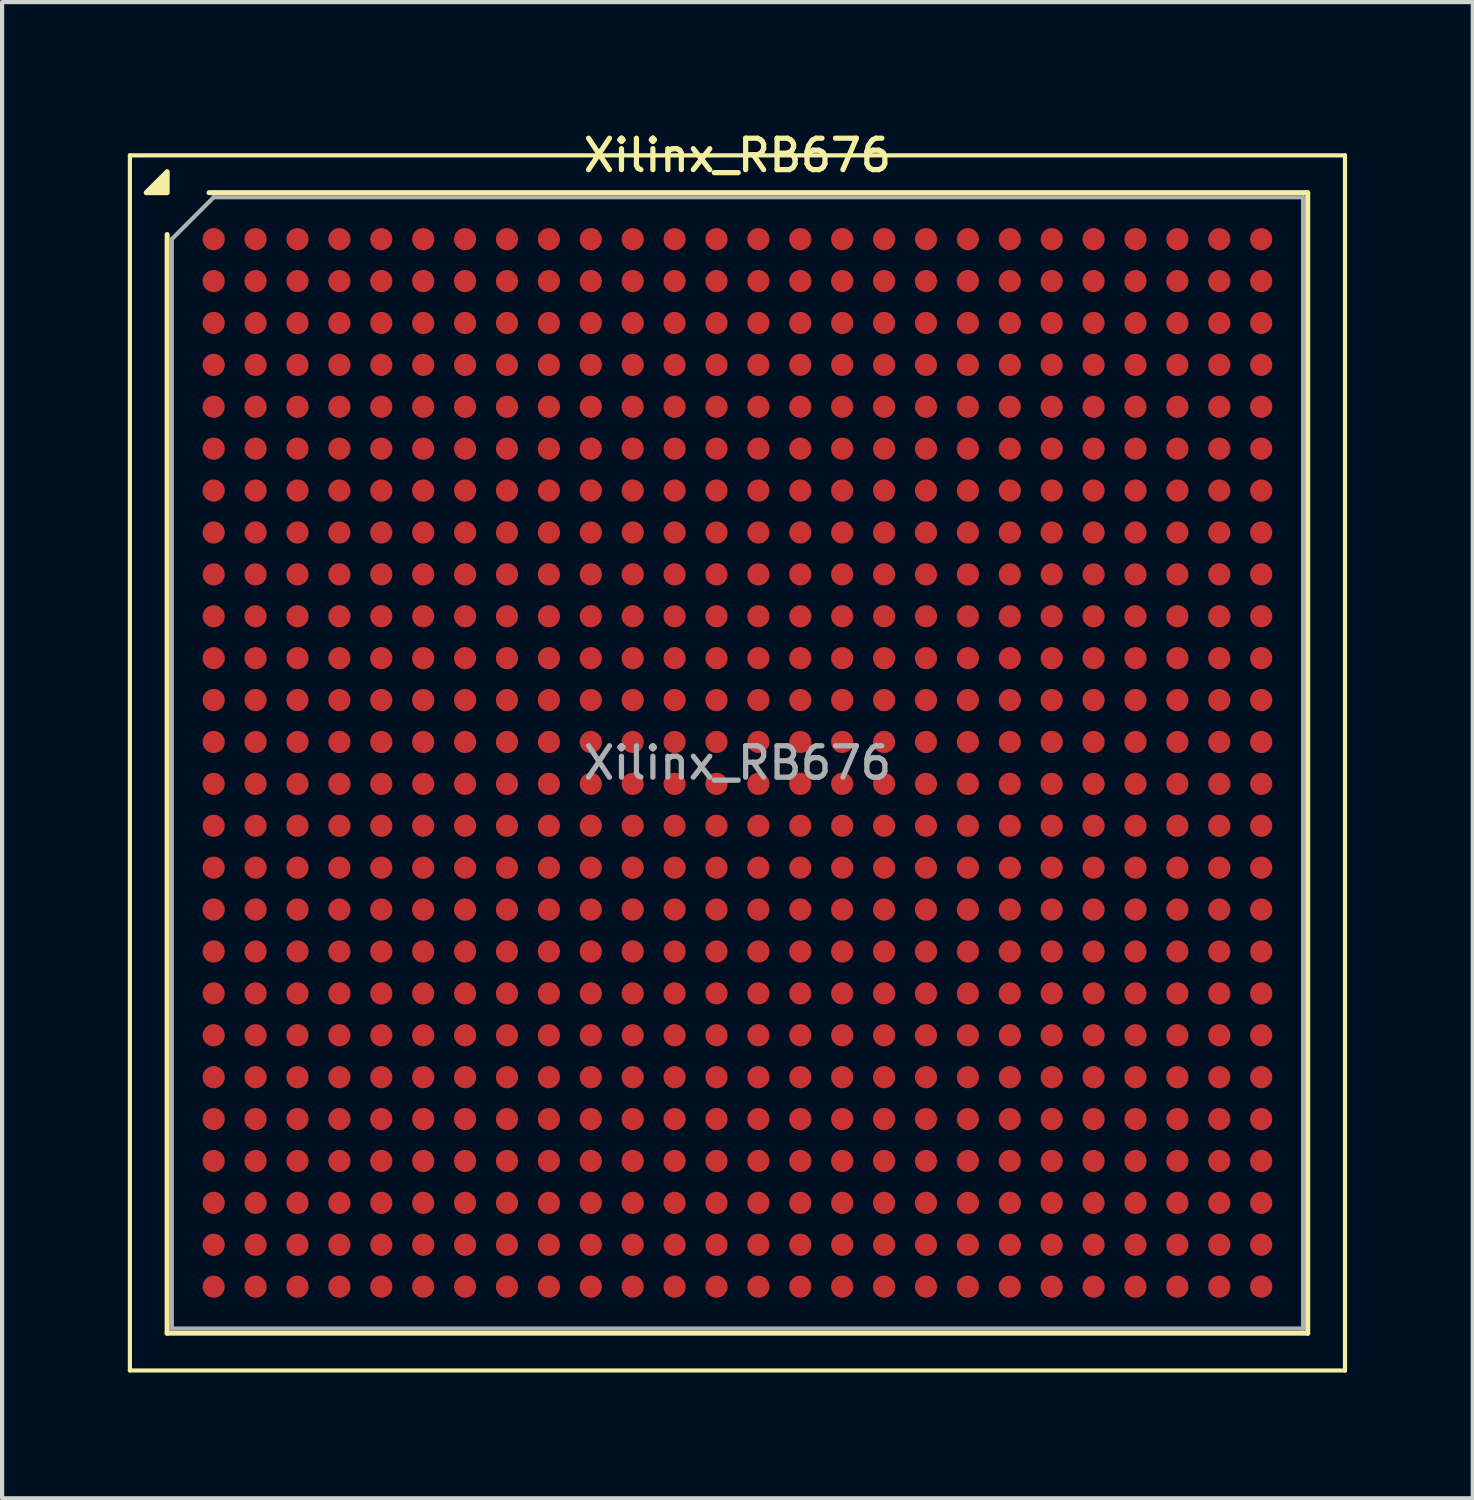
<source format=kicad_pcb>
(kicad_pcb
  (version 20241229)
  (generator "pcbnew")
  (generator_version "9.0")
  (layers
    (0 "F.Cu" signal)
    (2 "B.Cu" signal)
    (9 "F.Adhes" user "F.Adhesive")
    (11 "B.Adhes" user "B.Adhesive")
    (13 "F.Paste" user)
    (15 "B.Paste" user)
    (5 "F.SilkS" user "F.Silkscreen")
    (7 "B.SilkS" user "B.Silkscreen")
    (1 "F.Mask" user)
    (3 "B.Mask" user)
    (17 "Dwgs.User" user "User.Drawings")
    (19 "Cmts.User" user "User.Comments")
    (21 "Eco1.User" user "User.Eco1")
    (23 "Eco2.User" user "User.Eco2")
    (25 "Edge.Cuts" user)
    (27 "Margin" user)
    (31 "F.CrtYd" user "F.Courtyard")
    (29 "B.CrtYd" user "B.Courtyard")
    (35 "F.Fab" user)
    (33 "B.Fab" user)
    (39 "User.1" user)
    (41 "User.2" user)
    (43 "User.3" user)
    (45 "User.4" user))
  (footprint "Xilinx_RB676"
    (layer "F.Cu")
    (at 14.55 15.158)
    (property "Reference" "Xilinx_RB676" (at 0 -14.5 0) (layer "F.SilkS") (effects (font (size 0.75 0.75) (thickness 0.125))))
    (attr smd)
    (fp_line (start -14.5 -14.5) (end -14.5 14.5) (stroke (width 0.1) (type solid)) (layer "F.SilkS"))
    (fp_line (start -14.5 14.5) (end 14.5 14.5) (stroke (width 0.1) (type solid)) (layer "F.SilkS"))
    (fp_line (start -13.61 13.61) (end -13.61 -12.61) (stroke (width 0.12) (type solid)) (layer "F.SilkS"))
    (fp_line (start -12.61 -13.61) (end 13.61 -13.61) (stroke (width 0.12) (type solid)) (layer "F.SilkS"))
    (fp_line (start 13.61 -13.61) (end 13.61 13.61) (stroke (width 0.12) (type solid)) (layer "F.SilkS"))
    (fp_line (start 13.61 13.61) (end -13.61 13.61) (stroke (width 0.12) (type solid)) (layer "F.SilkS"))
    (fp_line (start 14.5 -14.5) (end -14.5 -14.5) (stroke (width 0.1) (type solid)) (layer "F.SilkS"))
    (fp_line (start 14.5 14.5) (end 14.5 -14.5) (stroke (width 0.1) (type solid)) (layer "F.SilkS"))
    (fp_poly (pts (xy -13.61 -13.61) (xy -14.11 -13.61) (xy -13.61 -14.11) (xy -13.61 -13.61)) (stroke (width 0.12) (type solid)) (fill yes) (layer "F.SilkS"))
    (fp_line (start -13.5 -12.5) (end -12.5 -13.5) (stroke (width 0.1) (type solid)) (layer "F.Fab"))
    (fp_line (start -13.5 13.5) (end -13.5 -12.5) (stroke (width 0.1) (type solid)) (layer "F.Fab"))
    (fp_line (start -12.5 -13.5) (end 13.5 -13.5) (stroke (width 0.1) (type solid)) (layer "F.Fab"))
    (fp_line (start 13.5 -13.5) (end 13.5 13.5) (stroke (width 0.1) (type solid)) (layer "F.Fab"))
    (fp_line (start 13.5 13.5) (end -13.5 13.5) (stroke (width 0.1) (type solid)) (layer "F.Fab"))
    (fp_text user "${REFERENCE}" (at 0 0 0) (layer "F.Fab") (effects (font (size 0.75 0.75) (thickness 0.125))))
    (pad "A1" smd circle (at -12.5 -12.5) (size 0.53 0.53) (property pad_prop_bga) (layers "F.Cu" "F.Mask" "F.Paste"))
    (pad "A2" smd circle (at -11.5 -12.5) (size 0.53 0.53) (property pad_prop_bga) (layers "F.Cu" "F.Mask" "F.Paste"))
    (pad "A3" smd circle (at -10.5 -12.5) (size 0.53 0.53) (property pad_prop_bga) (layers "F.Cu" "F.Mask" "F.Paste"))
    (pad "A4" smd circle (at -9.5 -12.5) (size 0.53 0.53) (property pad_prop_bga) (layers "F.Cu" "F.Mask" "F.Paste"))
    (pad "A5" smd circle (at -8.5 -12.5) (size 0.53 0.53) (property pad_prop_bga) (layers "F.Cu" "F.Mask" "F.Paste"))
    (pad "A6" smd circle (at -7.5 -12.5) (size 0.53 0.53) (property pad_prop_bga) (layers "F.Cu" "F.Mask" "F.Paste"))
    (pad "A7" smd circle (at -6.5 -12.5) (size 0.53 0.53) (property pad_prop_bga) (layers "F.Cu" "F.Mask" "F.Paste"))
    (pad "A8" smd circle (at -5.5 -12.5) (size 0.53 0.53) (property pad_prop_bga) (layers "F.Cu" "F.Mask" "F.Paste"))
    (pad "A9" smd circle (at -4.5 -12.5) (size 0.53 0.53) (property pad_prop_bga) (layers "F.Cu" "F.Mask" "F.Paste"))
    (pad "A10" smd circle (at -3.5 -12.5) (size 0.53 0.53) (property pad_prop_bga) (layers "F.Cu" "F.Mask" "F.Paste"))
    (pad "A11" smd circle (at -2.5 -12.5) (size 0.53 0.53) (property pad_prop_bga) (layers "F.Cu" "F.Mask" "F.Paste"))
    (pad "A12" smd circle (at -1.5 -12.5) (size 0.53 0.53) (property pad_prop_bga) (layers "F.Cu" "F.Mask" "F.Paste"))
    (pad "A13" smd circle (at -0.5 -12.5) (size 0.53 0.53) (property pad_prop_bga) (layers "F.Cu" "F.Mask" "F.Paste"))
    (pad "A14" smd circle (at 0.5 -12.5) (size 0.53 0.53) (property pad_prop_bga) (layers "F.Cu" "F.Mask" "F.Paste"))
    (pad "A15" smd circle (at 1.5 -12.5) (size 0.53 0.53) (property pad_prop_bga) (layers "F.Cu" "F.Mask" "F.Paste"))
    (pad "A16" smd circle (at 2.5 -12.5) (size 0.53 0.53) (property pad_prop_bga) (layers "F.Cu" "F.Mask" "F.Paste"))
    (pad "A17" smd circle (at 3.5 -12.5) (size 0.53 0.53) (property pad_prop_bga) (layers "F.Cu" "F.Mask" "F.Paste"))
    (pad "A18" smd circle (at 4.5 -12.5) (size 0.53 0.53) (property pad_prop_bga) (layers "F.Cu" "F.Mask" "F.Paste"))
    (pad "A19" smd circle (at 5.5 -12.5) (size 0.53 0.53) (property pad_prop_bga) (layers "F.Cu" "F.Mask" "F.Paste"))
    (pad "A20" smd circle (at 6.5 -12.5) (size 0.53 0.53) (property pad_prop_bga) (layers "F.Cu" "F.Mask" "F.Paste"))
    (pad "A21" smd circle (at 7.5 -12.5) (size 0.53 0.53) (property pad_prop_bga) (layers "F.Cu" "F.Mask" "F.Paste"))
    (pad "A22" smd circle (at 8.5 -12.5) (size 0.53 0.53) (property pad_prop_bga) (layers "F.Cu" "F.Mask" "F.Paste"))
    (pad "A23" smd circle (at 9.5 -12.5) (size 0.53 0.53) (property pad_prop_bga) (layers "F.Cu" "F.Mask" "F.Paste"))
    (pad "A24" smd circle (at 10.5 -12.5) (size 0.53 0.53) (property pad_prop_bga) (layers "F.Cu" "F.Mask" "F.Paste"))
    (pad "A25" smd circle (at 11.5 -12.5) (size 0.53 0.53) (property pad_prop_bga) (layers "F.Cu" "F.Mask" "F.Paste"))
    (pad "A26" smd circle (at 12.5 -12.5) (size 0.53 0.53) (property pad_prop_bga) (layers "F.Cu" "F.Mask" "F.Paste"))
    (pad "AA1" smd circle (at -12.5 7.5) (size 0.53 0.53) (property pad_prop_bga) (layers "F.Cu" "F.Mask" "F.Paste"))
    (pad "AA2" smd circle (at -11.5 7.5) (size 0.53 0.53) (property pad_prop_bga) (layers "F.Cu" "F.Mask" "F.Paste"))
    (pad "AA3" smd circle (at -10.5 7.5) (size 0.53 0.53) (property pad_prop_bga) (layers "F.Cu" "F.Mask" "F.Paste"))
    (pad "AA4" smd circle (at -9.5 7.5) (size 0.53 0.53) (property pad_prop_bga) (layers "F.Cu" "F.Mask" "F.Paste"))
    (pad "AA5" smd circle (at -8.5 7.5) (size 0.53 0.53) (property pad_prop_bga) (layers "F.Cu" "F.Mask" "F.Paste"))
    (pad "AA6" smd circle (at -7.5 7.5) (size 0.53 0.53) (property pad_prop_bga) (layers "F.Cu" "F.Mask" "F.Paste"))
    (pad "AA7" smd circle (at -6.5 7.5) (size 0.53 0.53) (property pad_prop_bga) (layers "F.Cu" "F.Mask" "F.Paste"))
    (pad "AA8" smd circle (at -5.5 7.5) (size 0.53 0.53) (property pad_prop_bga) (layers "F.Cu" "F.Mask" "F.Paste"))
    (pad "AA9" smd circle (at -4.5 7.5) (size 0.53 0.53) (property pad_prop_bga) (layers "F.Cu" "F.Mask" "F.Paste"))
    (pad "AA10" smd circle (at -3.5 7.5) (size 0.53 0.53) (property pad_prop_bga) (layers "F.Cu" "F.Mask" "F.Paste"))
    (pad "AA11" smd circle (at -2.5 7.5) (size 0.53 0.53) (property pad_prop_bga) (layers "F.Cu" "F.Mask" "F.Paste"))
    (pad "AA12" smd circle (at -1.5 7.5) (size 0.53 0.53) (property pad_prop_bga) (layers "F.Cu" "F.Mask" "F.Paste"))
    (pad "AA13" smd circle (at -0.5 7.5) (size 0.53 0.53) (property pad_prop_bga) (layers "F.Cu" "F.Mask" "F.Paste"))
    (pad "AA14" smd circle (at 0.5 7.5) (size 0.53 0.53) (property pad_prop_bga) (layers "F.Cu" "F.Mask" "F.Paste"))
    (pad "AA15" smd circle (at 1.5 7.5) (size 0.53 0.53) (property pad_prop_bga) (layers "F.Cu" "F.Mask" "F.Paste"))
    (pad "AA16" smd circle (at 2.5 7.5) (size 0.53 0.53) (property pad_prop_bga) (layers "F.Cu" "F.Mask" "F.Paste"))
    (pad "AA17" smd circle (at 3.5 7.5) (size 0.53 0.53) (property pad_prop_bga) (layers "F.Cu" "F.Mask" "F.Paste"))
    (pad "AA18" smd circle (at 4.5 7.5) (size 0.53 0.53) (property pad_prop_bga) (layers "F.Cu" "F.Mask" "F.Paste"))
    (pad "AA19" smd circle (at 5.5 7.5) (size 0.53 0.53) (property pad_prop_bga) (layers "F.Cu" "F.Mask" "F.Paste"))
    (pad "AA20" smd circle (at 6.5 7.5) (size 0.53 0.53) (property pad_prop_bga) (layers "F.Cu" "F.Mask" "F.Paste"))
    (pad "AA21" smd circle (at 7.5 7.5) (size 0.53 0.53) (property pad_prop_bga) (layers "F.Cu" "F.Mask" "F.Paste"))
    (pad "AA22" smd circle (at 8.5 7.5) (size 0.53 0.53) (property pad_prop_bga) (layers "F.Cu" "F.Mask" "F.Paste"))
    (pad "AA23" smd circle (at 9.5 7.5) (size 0.53 0.53) (property pad_prop_bga) (layers "F.Cu" "F.Mask" "F.Paste"))
    (pad "AA24" smd circle (at 10.5 7.5) (size 0.53 0.53) (property pad_prop_bga) (layers "F.Cu" "F.Mask" "F.Paste"))
    (pad "AA25" smd circle (at 11.5 7.5) (size 0.53 0.53) (property pad_prop_bga) (layers "F.Cu" "F.Mask" "F.Paste"))
    (pad "AA26" smd circle (at 12.5 7.5) (size 0.53 0.53) (property pad_prop_bga) (layers "F.Cu" "F.Mask" "F.Paste"))
    (pad "AB1" smd circle (at -12.5 8.5) (size 0.53 0.53) (property pad_prop_bga) (layers "F.Cu" "F.Mask" "F.Paste"))
    (pad "AB2" smd circle (at -11.5 8.5) (size 0.53 0.53) (property pad_prop_bga) (layers "F.Cu" "F.Mask" "F.Paste"))
    (pad "AB3" smd circle (at -10.5 8.5) (size 0.53 0.53) (property pad_prop_bga) (layers "F.Cu" "F.Mask" "F.Paste"))
    (pad "AB4" smd circle (at -9.5 8.5) (size 0.53 0.53) (property pad_prop_bga) (layers "F.Cu" "F.Mask" "F.Paste"))
    (pad "AB5" smd circle (at -8.5 8.5) (size 0.53 0.53) (property pad_prop_bga) (layers "F.Cu" "F.Mask" "F.Paste"))
    (pad "AB6" smd circle (at -7.5 8.5) (size 0.53 0.53) (property pad_prop_bga) (layers "F.Cu" "F.Mask" "F.Paste"))
    (pad "AB7" smd circle (at -6.5 8.5) (size 0.53 0.53) (property pad_prop_bga) (layers "F.Cu" "F.Mask" "F.Paste"))
    (pad "AB8" smd circle (at -5.5 8.5) (size 0.53 0.53) (property pad_prop_bga) (layers "F.Cu" "F.Mask" "F.Paste"))
    (pad "AB9" smd circle (at -4.5 8.5) (size 0.53 0.53) (property pad_prop_bga) (layers "F.Cu" "F.Mask" "F.Paste"))
    (pad "AB10" smd circle (at -3.5 8.5) (size 0.53 0.53) (property pad_prop_bga) (layers "F.Cu" "F.Mask" "F.Paste"))
    (pad "AB11" smd circle (at -2.5 8.5) (size 0.53 0.53) (property pad_prop_bga) (layers "F.Cu" "F.Mask" "F.Paste"))
    (pad "AB12" smd circle (at -1.5 8.5) (size 0.53 0.53) (property pad_prop_bga) (layers "F.Cu" "F.Mask" "F.Paste"))
    (pad "AB13" smd circle (at -0.5 8.5) (size 0.53 0.53) (property pad_prop_bga) (layers "F.Cu" "F.Mask" "F.Paste"))
    (pad "AB14" smd circle (at 0.5 8.5) (size 0.53 0.53) (property pad_prop_bga) (layers "F.Cu" "F.Mask" "F.Paste"))
    (pad "AB15" smd circle (at 1.5 8.5) (size 0.53 0.53) (property pad_prop_bga) (layers "F.Cu" "F.Mask" "F.Paste"))
    (pad "AB16" smd circle (at 2.5 8.5) (size 0.53 0.53) (property pad_prop_bga) (layers "F.Cu" "F.Mask" "F.Paste"))
    (pad "AB17" smd circle (at 3.5 8.5) (size 0.53 0.53) (property pad_prop_bga) (layers "F.Cu" "F.Mask" "F.Paste"))
    (pad "AB18" smd circle (at 4.5 8.5) (size 0.53 0.53) (property pad_prop_bga) (layers "F.Cu" "F.Mask" "F.Paste"))
    (pad "AB19" smd circle (at 5.5 8.5) (size 0.53 0.53) (property pad_prop_bga) (layers "F.Cu" "F.Mask" "F.Paste"))
    (pad "AB20" smd circle (at 6.5 8.5) (size 0.53 0.53) (property pad_prop_bga) (layers "F.Cu" "F.Mask" "F.Paste"))
    (pad "AB21" smd circle (at 7.5 8.5) (size 0.53 0.53) (property pad_prop_bga) (layers "F.Cu" "F.Mask" "F.Paste"))
    (pad "AB22" smd circle (at 8.5 8.5) (size 0.53 0.53) (property pad_prop_bga) (layers "F.Cu" "F.Mask" "F.Paste"))
    (pad "AB23" smd circle (at 9.5 8.5) (size 0.53 0.53) (property pad_prop_bga) (layers "F.Cu" "F.Mask" "F.Paste"))
    (pad "AB24" smd circle (at 10.5 8.5) (size 0.53 0.53) (property pad_prop_bga) (layers "F.Cu" "F.Mask" "F.Paste"))
    (pad "AB25" smd circle (at 11.5 8.5) (size 0.53 0.53) (property pad_prop_bga) (layers "F.Cu" "F.Mask" "F.Paste"))
    (pad "AB26" smd circle (at 12.5 8.5) (size 0.53 0.53) (property pad_prop_bga) (layers "F.Cu" "F.Mask" "F.Paste"))
    (pad "AC1" smd circle (at -12.5 9.5) (size 0.53 0.53) (property pad_prop_bga) (layers "F.Cu" "F.Mask" "F.Paste"))
    (pad "AC2" smd circle (at -11.5 9.5) (size 0.53 0.53) (property pad_prop_bga) (layers "F.Cu" "F.Mask" "F.Paste"))
    (pad "AC3" smd circle (at -10.5 9.5) (size 0.53 0.53) (property pad_prop_bga) (layers "F.Cu" "F.Mask" "F.Paste"))
    (pad "AC4" smd circle (at -9.5 9.5) (size 0.53 0.53) (property pad_prop_bga) (layers "F.Cu" "F.Mask" "F.Paste"))
    (pad "AC5" smd circle (at -8.5 9.5) (size 0.53 0.53) (property pad_prop_bga) (layers "F.Cu" "F.Mask" "F.Paste"))
    (pad "AC6" smd circle (at -7.5 9.5) (size 0.53 0.53) (property pad_prop_bga) (layers "F.Cu" "F.Mask" "F.Paste"))
    (pad "AC7" smd circle (at -6.5 9.5) (size 0.53 0.53) (property pad_prop_bga) (layers "F.Cu" "F.Mask" "F.Paste"))
    (pad "AC8" smd circle (at -5.5 9.5) (size 0.53 0.53) (property pad_prop_bga) (layers "F.Cu" "F.Mask" "F.Paste"))
    (pad "AC9" smd circle (at -4.5 9.5) (size 0.53 0.53) (property pad_prop_bga) (layers "F.Cu" "F.Mask" "F.Paste"))
    (pad "AC10" smd circle (at -3.5 9.5) (size 0.53 0.53) (property pad_prop_bga) (layers "F.Cu" "F.Mask" "F.Paste"))
    (pad "AC11" smd circle (at -2.5 9.5) (size 0.53 0.53) (property pad_prop_bga) (layers "F.Cu" "F.Mask" "F.Paste"))
    (pad "AC12" smd circle (at -1.5 9.5) (size 0.53 0.53) (property pad_prop_bga) (layers "F.Cu" "F.Mask" "F.Paste"))
    (pad "AC13" smd circle (at -0.5 9.5) (size 0.53 0.53) (property pad_prop_bga) (layers "F.Cu" "F.Mask" "F.Paste"))
    (pad "AC14" smd circle (at 0.5 9.5) (size 0.53 0.53) (property pad_prop_bga) (layers "F.Cu" "F.Mask" "F.Paste"))
    (pad "AC15" smd circle (at 1.5 9.5) (size 0.53 0.53) (property pad_prop_bga) (layers "F.Cu" "F.Mask" "F.Paste"))
    (pad "AC16" smd circle (at 2.5 9.5) (size 0.53 0.53) (property pad_prop_bga) (layers "F.Cu" "F.Mask" "F.Paste"))
    (pad "AC17" smd circle (at 3.5 9.5) (size 0.53 0.53) (property pad_prop_bga) (layers "F.Cu" "F.Mask" "F.Paste"))
    (pad "AC18" smd circle (at 4.5 9.5) (size 0.53 0.53) (property pad_prop_bga) (layers "F.Cu" "F.Mask" "F.Paste"))
    (pad "AC19" smd circle (at 5.5 9.5) (size 0.53 0.53) (property pad_prop_bga) (layers "F.Cu" "F.Mask" "F.Paste"))
    (pad "AC20" smd circle (at 6.5 9.5) (size 0.53 0.53) (property pad_prop_bga) (layers "F.Cu" "F.Mask" "F.Paste"))
    (pad "AC21" smd circle (at 7.5 9.5) (size 0.53 0.53) (property pad_prop_bga) (layers "F.Cu" "F.Mask" "F.Paste"))
    (pad "AC22" smd circle (at 8.5 9.5) (size 0.53 0.53) (property pad_prop_bga) (layers "F.Cu" "F.Mask" "F.Paste"))
    (pad "AC23" smd circle (at 9.5 9.5) (size 0.53 0.53) (property pad_prop_bga) (layers "F.Cu" "F.Mask" "F.Paste"))
    (pad "AC24" smd circle (at 10.5 9.5) (size 0.53 0.53) (property pad_prop_bga) (layers "F.Cu" "F.Mask" "F.Paste"))
    (pad "AC25" smd circle (at 11.5 9.5) (size 0.53 0.53) (property pad_prop_bga) (layers "F.Cu" "F.Mask" "F.Paste"))
    (pad "AC26" smd circle (at 12.5 9.5) (size 0.53 0.53) (property pad_prop_bga) (layers "F.Cu" "F.Mask" "F.Paste"))
    (pad "AD1" smd circle (at -12.5 10.5) (size 0.53 0.53) (property pad_prop_bga) (layers "F.Cu" "F.Mask" "F.Paste"))
    (pad "AD2" smd circle (at -11.5 10.5) (size 0.53 0.53) (property pad_prop_bga) (layers "F.Cu" "F.Mask" "F.Paste"))
    (pad "AD3" smd circle (at -10.5 10.5) (size 0.53 0.53) (property pad_prop_bga) (layers "F.Cu" "F.Mask" "F.Paste"))
    (pad "AD4" smd circle (at -9.5 10.5) (size 0.53 0.53) (property pad_prop_bga) (layers "F.Cu" "F.Mask" "F.Paste"))
    (pad "AD5" smd circle (at -8.5 10.5) (size 0.53 0.53) (property pad_prop_bga) (layers "F.Cu" "F.Mask" "F.Paste"))
    (pad "AD6" smd circle (at -7.5 10.5) (size 0.53 0.53) (property pad_prop_bga) (layers "F.Cu" "F.Mask" "F.Paste"))
    (pad "AD7" smd circle (at -6.5 10.5) (size 0.53 0.53) (property pad_prop_bga) (layers "F.Cu" "F.Mask" "F.Paste"))
    (pad "AD8" smd circle (at -5.5 10.5) (size 0.53 0.53) (property pad_prop_bga) (layers "F.Cu" "F.Mask" "F.Paste"))
    (pad "AD9" smd circle (at -4.5 10.5) (size 0.53 0.53) (property pad_prop_bga) (layers "F.Cu" "F.Mask" "F.Paste"))
    (pad "AD10" smd circle (at -3.5 10.5) (size 0.53 0.53) (property pad_prop_bga) (layers "F.Cu" "F.Mask" "F.Paste"))
    (pad "AD11" smd circle (at -2.5 10.5) (size 0.53 0.53) (property pad_prop_bga) (layers "F.Cu" "F.Mask" "F.Paste"))
    (pad "AD12" smd circle (at -1.5 10.5) (size 0.53 0.53) (property pad_prop_bga) (layers "F.Cu" "F.Mask" "F.Paste"))
    (pad "AD13" smd circle (at -0.5 10.5) (size 0.53 0.53) (property pad_prop_bga) (layers "F.Cu" "F.Mask" "F.Paste"))
    (pad "AD14" smd circle (at 0.5 10.5) (size 0.53 0.53) (property pad_prop_bga) (layers "F.Cu" "F.Mask" "F.Paste"))
    (pad "AD15" smd circle (at 1.5 10.5) (size 0.53 0.53) (property pad_prop_bga) (layers "F.Cu" "F.Mask" "F.Paste"))
    (pad "AD16" smd circle (at 2.5 10.5) (size 0.53 0.53) (property pad_prop_bga) (layers "F.Cu" "F.Mask" "F.Paste"))
    (pad "AD17" smd circle (at 3.5 10.5) (size 0.53 0.53) (property pad_prop_bga) (layers "F.Cu" "F.Mask" "F.Paste"))
    (pad "AD18" smd circle (at 4.5 10.5) (size 0.53 0.53) (property pad_prop_bga) (layers "F.Cu" "F.Mask" "F.Paste"))
    (pad "AD19" smd circle (at 5.5 10.5) (size 0.53 0.53) (property pad_prop_bga) (layers "F.Cu" "F.Mask" "F.Paste"))
    (pad "AD20" smd circle (at 6.5 10.5) (size 0.53 0.53) (property pad_prop_bga) (layers "F.Cu" "F.Mask" "F.Paste"))
    (pad "AD21" smd circle (at 7.5 10.5) (size 0.53 0.53) (property pad_prop_bga) (layers "F.Cu" "F.Mask" "F.Paste"))
    (pad "AD22" smd circle (at 8.5 10.5) (size 0.53 0.53) (property pad_prop_bga) (layers "F.Cu" "F.Mask" "F.Paste"))
    (pad "AD23" smd circle (at 9.5 10.5) (size 0.53 0.53) (property pad_prop_bga) (layers "F.Cu" "F.Mask" "F.Paste"))
    (pad "AD24" smd circle (at 10.5 10.5) (size 0.53 0.53) (property pad_prop_bga) (layers "F.Cu" "F.Mask" "F.Paste"))
    (pad "AD25" smd circle (at 11.5 10.5) (size 0.53 0.53) (property pad_prop_bga) (layers "F.Cu" "F.Mask" "F.Paste"))
    (pad "AD26" smd circle (at 12.5 10.5) (size 0.53 0.53) (property pad_prop_bga) (layers "F.Cu" "F.Mask" "F.Paste"))
    (pad "AE1" smd circle (at -12.5 11.5) (size 0.53 0.53) (property pad_prop_bga) (layers "F.Cu" "F.Mask" "F.Paste"))
    (pad "AE2" smd circle (at -11.5 11.5) (size 0.53 0.53) (property pad_prop_bga) (layers "F.Cu" "F.Mask" "F.Paste"))
    (pad "AE3" smd circle (at -10.5 11.5) (size 0.53 0.53) (property pad_prop_bga) (layers "F.Cu" "F.Mask" "F.Paste"))
    (pad "AE4" smd circle (at -9.5 11.5) (size 0.53 0.53) (property pad_prop_bga) (layers "F.Cu" "F.Mask" "F.Paste"))
    (pad "AE5" smd circle (at -8.5 11.5) (size 0.53 0.53) (property pad_prop_bga) (layers "F.Cu" "F.Mask" "F.Paste"))
    (pad "AE6" smd circle (at -7.5 11.5) (size 0.53 0.53) (property pad_prop_bga) (layers "F.Cu" "F.Mask" "F.Paste"))
    (pad "AE7" smd circle (at -6.5 11.5) (size 0.53 0.53) (property pad_prop_bga) (layers "F.Cu" "F.Mask" "F.Paste"))
    (pad "AE8" smd circle (at -5.5 11.5) (size 0.53 0.53) (property pad_prop_bga) (layers "F.Cu" "F.Mask" "F.Paste"))
    (pad "AE9" smd circle (at -4.5 11.5) (size 0.53 0.53) (property pad_prop_bga) (layers "F.Cu" "F.Mask" "F.Paste"))
    (pad "AE10" smd circle (at -3.5 11.5) (size 0.53 0.53) (property pad_prop_bga) (layers "F.Cu" "F.Mask" "F.Paste"))
    (pad "AE11" smd circle (at -2.5 11.5) (size 0.53 0.53) (property pad_prop_bga) (layers "F.Cu" "F.Mask" "F.Paste"))
    (pad "AE12" smd circle (at -1.5 11.5) (size 0.53 0.53) (property pad_prop_bga) (layers "F.Cu" "F.Mask" "F.Paste"))
    (pad "AE13" smd circle (at -0.5 11.5) (size 0.53 0.53) (property pad_prop_bga) (layers "F.Cu" "F.Mask" "F.Paste"))
    (pad "AE14" smd circle (at 0.5 11.5) (size 0.53 0.53) (property pad_prop_bga) (layers "F.Cu" "F.Mask" "F.Paste"))
    (pad "AE15" smd circle (at 1.5 11.5) (size 0.53 0.53) (property pad_prop_bga) (layers "F.Cu" "F.Mask" "F.Paste"))
    (pad "AE16" smd circle (at 2.5 11.5) (size 0.53 0.53) (property pad_prop_bga) (layers "F.Cu" "F.Mask" "F.Paste"))
    (pad "AE17" smd circle (at 3.5 11.5) (size 0.53 0.53) (property pad_prop_bga) (layers "F.Cu" "F.Mask" "F.Paste"))
    (pad "AE18" smd circle (at 4.5 11.5) (size 0.53 0.53) (property pad_prop_bga) (layers "F.Cu" "F.Mask" "F.Paste"))
    (pad "AE19" smd circle (at 5.5 11.5) (size 0.53 0.53) (property pad_prop_bga) (layers "F.Cu" "F.Mask" "F.Paste"))
    (pad "AE20" smd circle (at 6.5 11.5) (size 0.53 0.53) (property pad_prop_bga) (layers "F.Cu" "F.Mask" "F.Paste"))
    (pad "AE21" smd circle (at 7.5 11.5) (size 0.53 0.53) (property pad_prop_bga) (layers "F.Cu" "F.Mask" "F.Paste"))
    (pad "AE22" smd circle (at 8.5 11.5) (size 0.53 0.53) (property pad_prop_bga) (layers "F.Cu" "F.Mask" "F.Paste"))
    (pad "AE23" smd circle (at 9.5 11.5) (size 0.53 0.53) (property pad_prop_bga) (layers "F.Cu" "F.Mask" "F.Paste"))
    (pad "AE24" smd circle (at 10.5 11.5) (size 0.53 0.53) (property pad_prop_bga) (layers "F.Cu" "F.Mask" "F.Paste"))
    (pad "AE25" smd circle (at 11.5 11.5) (size 0.53 0.53) (property pad_prop_bga) (layers "F.Cu" "F.Mask" "F.Paste"))
    (pad "AE26" smd circle (at 12.5 11.5) (size 0.53 0.53) (property pad_prop_bga) (layers "F.Cu" "F.Mask" "F.Paste"))
    (pad "AF1" smd circle (at -12.5 12.5) (size 0.53 0.53) (property pad_prop_bga) (layers "F.Cu" "F.Mask" "F.Paste"))
    (pad "AF2" smd circle (at -11.5 12.5) (size 0.53 0.53) (property pad_prop_bga) (layers "F.Cu" "F.Mask" "F.Paste"))
    (pad "AF3" smd circle (at -10.5 12.5) (size 0.53 0.53) (property pad_prop_bga) (layers "F.Cu" "F.Mask" "F.Paste"))
    (pad "AF4" smd circle (at -9.5 12.5) (size 0.53 0.53) (property pad_prop_bga) (layers "F.Cu" "F.Mask" "F.Paste"))
    (pad "AF5" smd circle (at -8.5 12.5) (size 0.53 0.53) (property pad_prop_bga) (layers "F.Cu" "F.Mask" "F.Paste"))
    (pad "AF6" smd circle (at -7.5 12.5) (size 0.53 0.53) (property pad_prop_bga) (layers "F.Cu" "F.Mask" "F.Paste"))
    (pad "AF7" smd circle (at -6.5 12.5) (size 0.53 0.53) (property pad_prop_bga) (layers "F.Cu" "F.Mask" "F.Paste"))
    (pad "AF8" smd circle (at -5.5 12.5) (size 0.53 0.53) (property pad_prop_bga) (layers "F.Cu" "F.Mask" "F.Paste"))
    (pad "AF9" smd circle (at -4.5 12.5) (size 0.53 0.53) (property pad_prop_bga) (layers "F.Cu" "F.Mask" "F.Paste"))
    (pad "AF10" smd circle (at -3.5 12.5) (size 0.53 0.53) (property pad_prop_bga) (layers "F.Cu" "F.Mask" "F.Paste"))
    (pad "AF11" smd circle (at -2.5 12.5) (size 0.53 0.53) (property pad_prop_bga) (layers "F.Cu" "F.Mask" "F.Paste"))
    (pad "AF12" smd circle (at -1.5 12.5) (size 0.53 0.53) (property pad_prop_bga) (layers "F.Cu" "F.Mask" "F.Paste"))
    (pad "AF13" smd circle (at -0.5 12.5) (size 0.53 0.53) (property pad_prop_bga) (layers "F.Cu" "F.Mask" "F.Paste"))
    (pad "AF14" smd circle (at 0.5 12.5) (size 0.53 0.53) (property pad_prop_bga) (layers "F.Cu" "F.Mask" "F.Paste"))
    (pad "AF15" smd circle (at 1.5 12.5) (size 0.53 0.53) (property pad_prop_bga) (layers "F.Cu" "F.Mask" "F.Paste"))
    (pad "AF16" smd circle (at 2.5 12.5) (size 0.53 0.53) (property pad_prop_bga) (layers "F.Cu" "F.Mask" "F.Paste"))
    (pad "AF17" smd circle (at 3.5 12.5) (size 0.53 0.53) (property pad_prop_bga) (layers "F.Cu" "F.Mask" "F.Paste"))
    (pad "AF18" smd circle (at 4.5 12.5) (size 0.53 0.53) (property pad_prop_bga) (layers "F.Cu" "F.Mask" "F.Paste"))
    (pad "AF19" smd circle (at 5.5 12.5) (size 0.53 0.53) (property pad_prop_bga) (layers "F.Cu" "F.Mask" "F.Paste"))
    (pad "AF20" smd circle (at 6.5 12.5) (size 0.53 0.53) (property pad_prop_bga) (layers "F.Cu" "F.Mask" "F.Paste"))
    (pad "AF21" smd circle (at 7.5 12.5) (size 0.53 0.53) (property pad_prop_bga) (layers "F.Cu" "F.Mask" "F.Paste"))
    (pad "AF22" smd circle (at 8.5 12.5) (size 0.53 0.53) (property pad_prop_bga) (layers "F.Cu" "F.Mask" "F.Paste"))
    (pad "AF23" smd circle (at 9.5 12.5) (size 0.53 0.53) (property pad_prop_bga) (layers "F.Cu" "F.Mask" "F.Paste"))
    (pad "AF24" smd circle (at 10.5 12.5) (size 0.53 0.53) (property pad_prop_bga) (layers "F.Cu" "F.Mask" "F.Paste"))
    (pad "AF25" smd circle (at 11.5 12.5) (size 0.53 0.53) (property pad_prop_bga) (layers "F.Cu" "F.Mask" "F.Paste"))
    (pad "AF26" smd circle (at 12.5 12.5) (size 0.53 0.53) (property pad_prop_bga) (layers "F.Cu" "F.Mask" "F.Paste"))
    (pad "B1" smd circle (at -12.5 -11.5) (size 0.53 0.53) (property pad_prop_bga) (layers "F.Cu" "F.Mask" "F.Paste"))
    (pad "B2" smd circle (at -11.5 -11.5) (size 0.53 0.53) (property pad_prop_bga) (layers "F.Cu" "F.Mask" "F.Paste"))
    (pad "B3" smd circle (at -10.5 -11.5) (size 0.53 0.53) (property pad_prop_bga) (layers "F.Cu" "F.Mask" "F.Paste"))
    (pad "B4" smd circle (at -9.5 -11.5) (size 0.53 0.53) (property pad_prop_bga) (layers "F.Cu" "F.Mask" "F.Paste"))
    (pad "B5" smd circle (at -8.5 -11.5) (size 0.53 0.53) (property pad_prop_bga) (layers "F.Cu" "F.Mask" "F.Paste"))
    (pad "B6" smd circle (at -7.5 -11.5) (size 0.53 0.53) (property pad_prop_bga) (layers "F.Cu" "F.Mask" "F.Paste"))
    (pad "B7" smd circle (at -6.5 -11.5) (size 0.53 0.53) (property pad_prop_bga) (layers "F.Cu" "F.Mask" "F.Paste"))
    (pad "B8" smd circle (at -5.5 -11.5) (size 0.53 0.53) (property pad_prop_bga) (layers "F.Cu" "F.Mask" "F.Paste"))
    (pad "B9" smd circle (at -4.5 -11.5) (size 0.53 0.53) (property pad_prop_bga) (layers "F.Cu" "F.Mask" "F.Paste"))
    (pad "B10" smd circle (at -3.5 -11.5) (size 0.53 0.53) (property pad_prop_bga) (layers "F.Cu" "F.Mask" "F.Paste"))
    (pad "B11" smd circle (at -2.5 -11.5) (size 0.53 0.53) (property pad_prop_bga) (layers "F.Cu" "F.Mask" "F.Paste"))
    (pad "B12" smd circle (at -1.5 -11.5) (size 0.53 0.53) (property pad_prop_bga) (layers "F.Cu" "F.Mask" "F.Paste"))
    (pad "B13" smd circle (at -0.5 -11.5) (size 0.53 0.53) (property pad_prop_bga) (layers "F.Cu" "F.Mask" "F.Paste"))
    (pad "B14" smd circle (at 0.5 -11.5) (size 0.53 0.53) (property pad_prop_bga) (layers "F.Cu" "F.Mask" "F.Paste"))
    (pad "B15" smd circle (at 1.5 -11.5) (size 0.53 0.53) (property pad_prop_bga) (layers "F.Cu" "F.Mask" "F.Paste"))
    (pad "B16" smd circle (at 2.5 -11.5) (size 0.53 0.53) (property pad_prop_bga) (layers "F.Cu" "F.Mask" "F.Paste"))
    (pad "B17" smd circle (at 3.5 -11.5) (size 0.53 0.53) (property pad_prop_bga) (layers "F.Cu" "F.Mask" "F.Paste"))
    (pad "B18" smd circle (at 4.5 -11.5) (size 0.53 0.53) (property pad_prop_bga) (layers "F.Cu" "F.Mask" "F.Paste"))
    (pad "B19" smd circle (at 5.5 -11.5) (size 0.53 0.53) (property pad_prop_bga) (layers "F.Cu" "F.Mask" "F.Paste"))
    (pad "B20" smd circle (at 6.5 -11.5) (size 0.53 0.53) (property pad_prop_bga) (layers "F.Cu" "F.Mask" "F.Paste"))
    (pad "B21" smd circle (at 7.5 -11.5) (size 0.53 0.53) (property pad_prop_bga) (layers "F.Cu" "F.Mask" "F.Paste"))
    (pad "B22" smd circle (at 8.5 -11.5) (size 0.53 0.53) (property pad_prop_bga) (layers "F.Cu" "F.Mask" "F.Paste"))
    (pad "B23" smd circle (at 9.5 -11.5) (size 0.53 0.53) (property pad_prop_bga) (layers "F.Cu" "F.Mask" "F.Paste"))
    (pad "B24" smd circle (at 10.5 -11.5) (size 0.53 0.53) (property pad_prop_bga) (layers "F.Cu" "F.Mask" "F.Paste"))
    (pad "B25" smd circle (at 11.5 -11.5) (size 0.53 0.53) (property pad_prop_bga) (layers "F.Cu" "F.Mask" "F.Paste"))
    (pad "B26" smd circle (at 12.5 -11.5) (size 0.53 0.53) (property pad_prop_bga) (layers "F.Cu" "F.Mask" "F.Paste"))
    (pad "C1" smd circle (at -12.5 -10.5) (size 0.53 0.53) (property pad_prop_bga) (layers "F.Cu" "F.Mask" "F.Paste"))
    (pad "C2" smd circle (at -11.5 -10.5) (size 0.53 0.53) (property pad_prop_bga) (layers "F.Cu" "F.Mask" "F.Paste"))
    (pad "C3" smd circle (at -10.5 -10.5) (size 0.53 0.53) (property pad_prop_bga) (layers "F.Cu" "F.Mask" "F.Paste"))
    (pad "C4" smd circle (at -9.5 -10.5) (size 0.53 0.53) (property pad_prop_bga) (layers "F.Cu" "F.Mask" "F.Paste"))
    (pad "C5" smd circle (at -8.5 -10.5) (size 0.53 0.53) (property pad_prop_bga) (layers "F.Cu" "F.Mask" "F.Paste"))
    (pad "C6" smd circle (at -7.5 -10.5) (size 0.53 0.53) (property pad_prop_bga) (layers "F.Cu" "F.Mask" "F.Paste"))
    (pad "C7" smd circle (at -6.5 -10.5) (size 0.53 0.53) (property pad_prop_bga) (layers "F.Cu" "F.Mask" "F.Paste"))
    (pad "C8" smd circle (at -5.5 -10.5) (size 0.53 0.53) (property pad_prop_bga) (layers "F.Cu" "F.Mask" "F.Paste"))
    (pad "C9" smd circle (at -4.5 -10.5) (size 0.53 0.53) (property pad_prop_bga) (layers "F.Cu" "F.Mask" "F.Paste"))
    (pad "C10" smd circle (at -3.5 -10.5) (size 0.53 0.53) (property pad_prop_bga) (layers "F.Cu" "F.Mask" "F.Paste"))
    (pad "C11" smd circle (at -2.5 -10.5) (size 0.53 0.53) (property pad_prop_bga) (layers "F.Cu" "F.Mask" "F.Paste"))
    (pad "C12" smd circle (at -1.5 -10.5) (size 0.53 0.53) (property pad_prop_bga) (layers "F.Cu" "F.Mask" "F.Paste"))
    (pad "C13" smd circle (at -0.5 -10.5) (size 0.53 0.53) (property pad_prop_bga) (layers "F.Cu" "F.Mask" "F.Paste"))
    (pad "C14" smd circle (at 0.5 -10.5) (size 0.53 0.53) (property pad_prop_bga) (layers "F.Cu" "F.Mask" "F.Paste"))
    (pad "C15" smd circle (at 1.5 -10.5) (size 0.53 0.53) (property pad_prop_bga) (layers "F.Cu" "F.Mask" "F.Paste"))
    (pad "C16" smd circle (at 2.5 -10.5) (size 0.53 0.53) (property pad_prop_bga) (layers "F.Cu" "F.Mask" "F.Paste"))
    (pad "C17" smd circle (at 3.5 -10.5) (size 0.53 0.53) (property pad_prop_bga) (layers "F.Cu" "F.Mask" "F.Paste"))
    (pad "C18" smd circle (at 4.5 -10.5) (size 0.53 0.53) (property pad_prop_bga) (layers "F.Cu" "F.Mask" "F.Paste"))
    (pad "C19" smd circle (at 5.5 -10.5) (size 0.53 0.53) (property pad_prop_bga) (layers "F.Cu" "F.Mask" "F.Paste"))
    (pad "C20" smd circle (at 6.5 -10.5) (size 0.53 0.53) (property pad_prop_bga) (layers "F.Cu" "F.Mask" "F.Paste"))
    (pad "C21" smd circle (at 7.5 -10.5) (size 0.53 0.53) (property pad_prop_bga) (layers "F.Cu" "F.Mask" "F.Paste"))
    (pad "C22" smd circle (at 8.5 -10.5) (size 0.53 0.53) (property pad_prop_bga) (layers "F.Cu" "F.Mask" "F.Paste"))
    (pad "C23" smd circle (at 9.5 -10.5) (size 0.53 0.53) (property pad_prop_bga) (layers "F.Cu" "F.Mask" "F.Paste"))
    (pad "C24" smd circle (at 10.5 -10.5) (size 0.53 0.53) (property pad_prop_bga) (layers "F.Cu" "F.Mask" "F.Paste"))
    (pad "C25" smd circle (at 11.5 -10.5) (size 0.53 0.53) (property pad_prop_bga) (layers "F.Cu" "F.Mask" "F.Paste"))
    (pad "C26" smd circle (at 12.5 -10.5) (size 0.53 0.53) (property pad_prop_bga) (layers "F.Cu" "F.Mask" "F.Paste"))
    (pad "D1" smd circle (at -12.5 -9.5) (size 0.53 0.53) (property pad_prop_bga) (layers "F.Cu" "F.Mask" "F.Paste"))
    (pad "D2" smd circle (at -11.5 -9.5) (size 0.53 0.53) (property pad_prop_bga) (layers "F.Cu" "F.Mask" "F.Paste"))
    (pad "D3" smd circle (at -10.5 -9.5) (size 0.53 0.53) (property pad_prop_bga) (layers "F.Cu" "F.Mask" "F.Paste"))
    (pad "D4" smd circle (at -9.5 -9.5) (size 0.53 0.53) (property pad_prop_bga) (layers "F.Cu" "F.Mask" "F.Paste"))
    (pad "D5" smd circle (at -8.5 -9.5) (size 0.53 0.53) (property pad_prop_bga) (layers "F.Cu" "F.Mask" "F.Paste"))
    (pad "D6" smd circle (at -7.5 -9.5) (size 0.53 0.53) (property pad_prop_bga) (layers "F.Cu" "F.Mask" "F.Paste"))
    (pad "D7" smd circle (at -6.5 -9.5) (size 0.53 0.53) (property pad_prop_bga) (layers "F.Cu" "F.Mask" "F.Paste"))
    (pad "D8" smd circle (at -5.5 -9.5) (size 0.53 0.53) (property pad_prop_bga) (layers "F.Cu" "F.Mask" "F.Paste"))
    (pad "D9" smd circle (at -4.5 -9.5) (size 0.53 0.53) (property pad_prop_bga) (layers "F.Cu" "F.Mask" "F.Paste"))
    (pad "D10" smd circle (at -3.5 -9.5) (size 0.53 0.53) (property pad_prop_bga) (layers "F.Cu" "F.Mask" "F.Paste"))
    (pad "D11" smd circle (at -2.5 -9.5) (size 0.53 0.53) (property pad_prop_bga) (layers "F.Cu" "F.Mask" "F.Paste"))
    (pad "D12" smd circle (at -1.5 -9.5) (size 0.53 0.53) (property pad_prop_bga) (layers "F.Cu" "F.Mask" "F.Paste"))
    (pad "D13" smd circle (at -0.5 -9.5) (size 0.53 0.53) (property pad_prop_bga) (layers "F.Cu" "F.Mask" "F.Paste"))
    (pad "D14" smd circle (at 0.5 -9.5) (size 0.53 0.53) (property pad_prop_bga) (layers "F.Cu" "F.Mask" "F.Paste"))
    (pad "D15" smd circle (at 1.5 -9.5) (size 0.53 0.53) (property pad_prop_bga) (layers "F.Cu" "F.Mask" "F.Paste"))
    (pad "D16" smd circle (at 2.5 -9.5) (size 0.53 0.53) (property pad_prop_bga) (layers "F.Cu" "F.Mask" "F.Paste"))
    (pad "D17" smd circle (at 3.5 -9.5) (size 0.53 0.53) (property pad_prop_bga) (layers "F.Cu" "F.Mask" "F.Paste"))
    (pad "D18" smd circle (at 4.5 -9.5) (size 0.53 0.53) (property pad_prop_bga) (layers "F.Cu" "F.Mask" "F.Paste"))
    (pad "D19" smd circle (at 5.5 -9.5) (size 0.53 0.53) (property pad_prop_bga) (layers "F.Cu" "F.Mask" "F.Paste"))
    (pad "D20" smd circle (at 6.5 -9.5) (size 0.53 0.53) (property pad_prop_bga) (layers "F.Cu" "F.Mask" "F.Paste"))
    (pad "D21" smd circle (at 7.5 -9.5) (size 0.53 0.53) (property pad_prop_bga) (layers "F.Cu" "F.Mask" "F.Paste"))
    (pad "D22" smd circle (at 8.5 -9.5) (size 0.53 0.53) (property pad_prop_bga) (layers "F.Cu" "F.Mask" "F.Paste"))
    (pad "D23" smd circle (at 9.5 -9.5) (size 0.53 0.53) (property pad_prop_bga) (layers "F.Cu" "F.Mask" "F.Paste"))
    (pad "D24" smd circle (at 10.5 -9.5) (size 0.53 0.53) (property pad_prop_bga) (layers "F.Cu" "F.Mask" "F.Paste"))
    (pad "D25" smd circle (at 11.5 -9.5) (size 0.53 0.53) (property pad_prop_bga) (layers "F.Cu" "F.Mask" "F.Paste"))
    (pad "D26" smd circle (at 12.5 -9.5) (size 0.53 0.53) (property pad_prop_bga) (layers "F.Cu" "F.Mask" "F.Paste"))
    (pad "E1" smd circle (at -12.5 -8.5) (size 0.53 0.53) (property pad_prop_bga) (layers "F.Cu" "F.Mask" "F.Paste"))
    (pad "E2" smd circle (at -11.5 -8.5) (size 0.53 0.53) (property pad_prop_bga) (layers "F.Cu" "F.Mask" "F.Paste"))
    (pad "E3" smd circle (at -10.5 -8.5) (size 0.53 0.53) (property pad_prop_bga) (layers "F.Cu" "F.Mask" "F.Paste"))
    (pad "E4" smd circle (at -9.5 -8.5) (size 0.53 0.53) (property pad_prop_bga) (layers "F.Cu" "F.Mask" "F.Paste"))
    (pad "E5" smd circle (at -8.5 -8.5) (size 0.53 0.53) (property pad_prop_bga) (layers "F.Cu" "F.Mask" "F.Paste"))
    (pad "E6" smd circle (at -7.5 -8.5) (size 0.53 0.53) (property pad_prop_bga) (layers "F.Cu" "F.Mask" "F.Paste"))
    (pad "E7" smd circle (at -6.5 -8.5) (size 0.53 0.53) (property pad_prop_bga) (layers "F.Cu" "F.Mask" "F.Paste"))
    (pad "E8" smd circle (at -5.5 -8.5) (size 0.53 0.53) (property pad_prop_bga) (layers "F.Cu" "F.Mask" "F.Paste"))
    (pad "E9" smd circle (at -4.5 -8.5) (size 0.53 0.53) (property pad_prop_bga) (layers "F.Cu" "F.Mask" "F.Paste"))
    (pad "E10" smd circle (at -3.5 -8.5) (size 0.53 0.53) (property pad_prop_bga) (layers "F.Cu" "F.Mask" "F.Paste"))
    (pad "E11" smd circle (at -2.5 -8.5) (size 0.53 0.53) (property pad_prop_bga) (layers "F.Cu" "F.Mask" "F.Paste"))
    (pad "E12" smd circle (at -1.5 -8.5) (size 0.53 0.53) (property pad_prop_bga) (layers "F.Cu" "F.Mask" "F.Paste"))
    (pad "E13" smd circle (at -0.5 -8.5) (size 0.53 0.53) (property pad_prop_bga) (layers "F.Cu" "F.Mask" "F.Paste"))
    (pad "E14" smd circle (at 0.5 -8.5) (size 0.53 0.53) (property pad_prop_bga) (layers "F.Cu" "F.Mask" "F.Paste"))
    (pad "E15" smd circle (at 1.5 -8.5) (size 0.53 0.53) (property pad_prop_bga) (layers "F.Cu" "F.Mask" "F.Paste"))
    (pad "E16" smd circle (at 2.5 -8.5) (size 0.53 0.53) (property pad_prop_bga) (layers "F.Cu" "F.Mask" "F.Paste"))
    (pad "E17" smd circle (at 3.5 -8.5) (size 0.53 0.53) (property pad_prop_bga) (layers "F.Cu" "F.Mask" "F.Paste"))
    (pad "E18" smd circle (at 4.5 -8.5) (size 0.53 0.53) (property pad_prop_bga) (layers "F.Cu" "F.Mask" "F.Paste"))
    (pad "E19" smd circle (at 5.5 -8.5) (size 0.53 0.53) (property pad_prop_bga) (layers "F.Cu" "F.Mask" "F.Paste"))
    (pad "E20" smd circle (at 6.5 -8.5) (size 0.53 0.53) (property pad_prop_bga) (layers "F.Cu" "F.Mask" "F.Paste"))
    (pad "E21" smd circle (at 7.5 -8.5) (size 0.53 0.53) (property pad_prop_bga) (layers "F.Cu" "F.Mask" "F.Paste"))
    (pad "E22" smd circle (at 8.5 -8.5) (size 0.53 0.53) (property pad_prop_bga) (layers "F.Cu" "F.Mask" "F.Paste"))
    (pad "E23" smd circle (at 9.5 -8.5) (size 0.53 0.53) (property pad_prop_bga) (layers "F.Cu" "F.Mask" "F.Paste"))
    (pad "E24" smd circle (at 10.5 -8.5) (size 0.53 0.53) (property pad_prop_bga) (layers "F.Cu" "F.Mask" "F.Paste"))
    (pad "E25" smd circle (at 11.5 -8.5) (size 0.53 0.53) (property pad_prop_bga) (layers "F.Cu" "F.Mask" "F.Paste"))
    (pad "E26" smd circle (at 12.5 -8.5) (size 0.53 0.53) (property pad_prop_bga) (layers "F.Cu" "F.Mask" "F.Paste"))
    (pad "F1" smd circle (at -12.5 -7.5) (size 0.53 0.53) (property pad_prop_bga) (layers "F.Cu" "F.Mask" "F.Paste"))
    (pad "F2" smd circle (at -11.5 -7.5) (size 0.53 0.53) (property pad_prop_bga) (layers "F.Cu" "F.Mask" "F.Paste"))
    (pad "F3" smd circle (at -10.5 -7.5) (size 0.53 0.53) (property pad_prop_bga) (layers "F.Cu" "F.Mask" "F.Paste"))
    (pad "F4" smd circle (at -9.5 -7.5) (size 0.53 0.53) (property pad_prop_bga) (layers "F.Cu" "F.Mask" "F.Paste"))
    (pad "F5" smd circle (at -8.5 -7.5) (size 0.53 0.53) (property pad_prop_bga) (layers "F.Cu" "F.Mask" "F.Paste"))
    (pad "F6" smd circle (at -7.5 -7.5) (size 0.53 0.53) (property pad_prop_bga) (layers "F.Cu" "F.Mask" "F.Paste"))
    (pad "F7" smd circle (at -6.5 -7.5) (size 0.53 0.53) (property pad_prop_bga) (layers "F.Cu" "F.Mask" "F.Paste"))
    (pad "F8" smd circle (at -5.5 -7.5) (size 0.53 0.53) (property pad_prop_bga) (layers "F.Cu" "F.Mask" "F.Paste"))
    (pad "F9" smd circle (at -4.5 -7.5) (size 0.53 0.53) (property pad_prop_bga) (layers "F.Cu" "F.Mask" "F.Paste"))
    (pad "F10" smd circle (at -3.5 -7.5) (size 0.53 0.53) (property pad_prop_bga) (layers "F.Cu" "F.Mask" "F.Paste"))
    (pad "F11" smd circle (at -2.5 -7.5) (size 0.53 0.53) (property pad_prop_bga) (layers "F.Cu" "F.Mask" "F.Paste"))
    (pad "F12" smd circle (at -1.5 -7.5) (size 0.53 0.53) (property pad_prop_bga) (layers "F.Cu" "F.Mask" "F.Paste"))
    (pad "F13" smd circle (at -0.5 -7.5) (size 0.53 0.53) (property pad_prop_bga) (layers "F.Cu" "F.Mask" "F.Paste"))
    (pad "F14" smd circle (at 0.5 -7.5) (size 0.53 0.53) (property pad_prop_bga) (layers "F.Cu" "F.Mask" "F.Paste"))
    (pad "F15" smd circle (at 1.5 -7.5) (size 0.53 0.53) (property pad_prop_bga) (layers "F.Cu" "F.Mask" "F.Paste"))
    (pad "F16" smd circle (at 2.5 -7.5) (size 0.53 0.53) (property pad_prop_bga) (layers "F.Cu" "F.Mask" "F.Paste"))
    (pad "F17" smd circle (at 3.5 -7.5) (size 0.53 0.53) (property pad_prop_bga) (layers "F.Cu" "F.Mask" "F.Paste"))
    (pad "F18" smd circle (at 4.5 -7.5) (size 0.53 0.53) (property pad_prop_bga) (layers "F.Cu" "F.Mask" "F.Paste"))
    (pad "F19" smd circle (at 5.5 -7.5) (size 0.53 0.53) (property pad_prop_bga) (layers "F.Cu" "F.Mask" "F.Paste"))
    (pad "F20" smd circle (at 6.5 -7.5) (size 0.53 0.53) (property pad_prop_bga) (layers "F.Cu" "F.Mask" "F.Paste"))
    (pad "F21" smd circle (at 7.5 -7.5) (size 0.53 0.53) (property pad_prop_bga) (layers "F.Cu" "F.Mask" "F.Paste"))
    (pad "F22" smd circle (at 8.5 -7.5) (size 0.53 0.53) (property pad_prop_bga) (layers "F.Cu" "F.Mask" "F.Paste"))
    (pad "F23" smd circle (at 9.5 -7.5) (size 0.53 0.53) (property pad_prop_bga) (layers "F.Cu" "F.Mask" "F.Paste"))
    (pad "F24" smd circle (at 10.5 -7.5) (size 0.53 0.53) (property pad_prop_bga) (layers "F.Cu" "F.Mask" "F.Paste"))
    (pad "F25" smd circle (at 11.5 -7.5) (size 0.53 0.53) (property pad_prop_bga) (layers "F.Cu" "F.Mask" "F.Paste"))
    (pad "F26" smd circle (at 12.5 -7.5) (size 0.53 0.53) (property pad_prop_bga) (layers "F.Cu" "F.Mask" "F.Paste"))
    (pad "G1" smd circle (at -12.5 -6.5) (size 0.53 0.53) (property pad_prop_bga) (layers "F.Cu" "F.Mask" "F.Paste"))
    (pad "G2" smd circle (at -11.5 -6.5) (size 0.53 0.53) (property pad_prop_bga) (layers "F.Cu" "F.Mask" "F.Paste"))
    (pad "G3" smd circle (at -10.5 -6.5) (size 0.53 0.53) (property pad_prop_bga) (layers "F.Cu" "F.Mask" "F.Paste"))
    (pad "G4" smd circle (at -9.5 -6.5) (size 0.53 0.53) (property pad_prop_bga) (layers "F.Cu" "F.Mask" "F.Paste"))
    (pad "G5" smd circle (at -8.5 -6.5) (size 0.53 0.53) (property pad_prop_bga) (layers "F.Cu" "F.Mask" "F.Paste"))
    (pad "G6" smd circle (at -7.5 -6.5) (size 0.53 0.53) (property pad_prop_bga) (layers "F.Cu" "F.Mask" "F.Paste"))
    (pad "G7" smd circle (at -6.5 -6.5) (size 0.53 0.53) (property pad_prop_bga) (layers "F.Cu" "F.Mask" "F.Paste"))
    (pad "G8" smd circle (at -5.5 -6.5) (size 0.53 0.53) (property pad_prop_bga) (layers "F.Cu" "F.Mask" "F.Paste"))
    (pad "G9" smd circle (at -4.5 -6.5) (size 0.53 0.53) (property pad_prop_bga) (layers "F.Cu" "F.Mask" "F.Paste"))
    (pad "G10" smd circle (at -3.5 -6.5) (size 0.53 0.53) (property pad_prop_bga) (layers "F.Cu" "F.Mask" "F.Paste"))
    (pad "G11" smd circle (at -2.5 -6.5) (size 0.53 0.53) (property pad_prop_bga) (layers "F.Cu" "F.Mask" "F.Paste"))
    (pad "G12" smd circle (at -1.5 -6.5) (size 0.53 0.53) (property pad_prop_bga) (layers "F.Cu" "F.Mask" "F.Paste"))
    (pad "G13" smd circle (at -0.5 -6.5) (size 0.53 0.53) (property pad_prop_bga) (layers "F.Cu" "F.Mask" "F.Paste"))
    (pad "G14" smd circle (at 0.5 -6.5) (size 0.53 0.53) (property pad_prop_bga) (layers "F.Cu" "F.Mask" "F.Paste"))
    (pad "G15" smd circle (at 1.5 -6.5) (size 0.53 0.53) (property pad_prop_bga) (layers "F.Cu" "F.Mask" "F.Paste"))
    (pad "G16" smd circle (at 2.5 -6.5) (size 0.53 0.53) (property pad_prop_bga) (layers "F.Cu" "F.Mask" "F.Paste"))
    (pad "G17" smd circle (at 3.5 -6.5) (size 0.53 0.53) (property pad_prop_bga) (layers "F.Cu" "F.Mask" "F.Paste"))
    (pad "G18" smd circle (at 4.5 -6.5) (size 0.53 0.53) (property pad_prop_bga) (layers "F.Cu" "F.Mask" "F.Paste"))
    (pad "G19" smd circle (at 5.5 -6.5) (size 0.53 0.53) (property pad_prop_bga) (layers "F.Cu" "F.Mask" "F.Paste"))
    (pad "G20" smd circle (at 6.5 -6.5) (size 0.53 0.53) (property pad_prop_bga) (layers "F.Cu" "F.Mask" "F.Paste"))
    (pad "G21" smd circle (at 7.5 -6.5) (size 0.53 0.53) (property pad_prop_bga) (layers "F.Cu" "F.Mask" "F.Paste"))
    (pad "G22" smd circle (at 8.5 -6.5) (size 0.53 0.53) (property pad_prop_bga) (layers "F.Cu" "F.Mask" "F.Paste"))
    (pad "G23" smd circle (at 9.5 -6.5) (size 0.53 0.53) (property pad_prop_bga) (layers "F.Cu" "F.Mask" "F.Paste"))
    (pad "G24" smd circle (at 10.5 -6.5) (size 0.53 0.53) (property pad_prop_bga) (layers "F.Cu" "F.Mask" "F.Paste"))
    (pad "G25" smd circle (at 11.5 -6.5) (size 0.53 0.53) (property pad_prop_bga) (layers "F.Cu" "F.Mask" "F.Paste"))
    (pad "G26" smd circle (at 12.5 -6.5) (size 0.53 0.53) (property pad_prop_bga) (layers "F.Cu" "F.Mask" "F.Paste"))
    (pad "H1" smd circle (at -12.5 -5.5) (size 0.53 0.53) (property pad_prop_bga) (layers "F.Cu" "F.Mask" "F.Paste"))
    (pad "H2" smd circle (at -11.5 -5.5) (size 0.53 0.53) (property pad_prop_bga) (layers "F.Cu" "F.Mask" "F.Paste"))
    (pad "H3" smd circle (at -10.5 -5.5) (size 0.53 0.53) (property pad_prop_bga) (layers "F.Cu" "F.Mask" "F.Paste"))
    (pad "H4" smd circle (at -9.5 -5.5) (size 0.53 0.53) (property pad_prop_bga) (layers "F.Cu" "F.Mask" "F.Paste"))
    (pad "H5" smd circle (at -8.5 -5.5) (size 0.53 0.53) (property pad_prop_bga) (layers "F.Cu" "F.Mask" "F.Paste"))
    (pad "H6" smd circle (at -7.5 -5.5) (size 0.53 0.53) (property pad_prop_bga) (layers "F.Cu" "F.Mask" "F.Paste"))
    (pad "H7" smd circle (at -6.5 -5.5) (size 0.53 0.53) (property pad_prop_bga) (layers "F.Cu" "F.Mask" "F.Paste"))
    (pad "H8" smd circle (at -5.5 -5.5) (size 0.53 0.53) (property pad_prop_bga) (layers "F.Cu" "F.Mask" "F.Paste"))
    (pad "H9" smd circle (at -4.5 -5.5) (size 0.53 0.53) (property pad_prop_bga) (layers "F.Cu" "F.Mask" "F.Paste"))
    (pad "H10" smd circle (at -3.5 -5.5) (size 0.53 0.53) (property pad_prop_bga) (layers "F.Cu" "F.Mask" "F.Paste"))
    (pad "H11" smd circle (at -2.5 -5.5) (size 0.53 0.53) (property pad_prop_bga) (layers "F.Cu" "F.Mask" "F.Paste"))
    (pad "H12" smd circle (at -1.5 -5.5) (size 0.53 0.53) (property pad_prop_bga) (layers "F.Cu" "F.Mask" "F.Paste"))
    (pad "H13" smd circle (at -0.5 -5.5) (size 0.53 0.53) (property pad_prop_bga) (layers "F.Cu" "F.Mask" "F.Paste"))
    (pad "H14" smd circle (at 0.5 -5.5) (size 0.53 0.53) (property pad_prop_bga) (layers "F.Cu" "F.Mask" "F.Paste"))
    (pad "H15" smd circle (at 1.5 -5.5) (size 0.53 0.53) (property pad_prop_bga) (layers "F.Cu" "F.Mask" "F.Paste"))
    (pad "H16" smd circle (at 2.5 -5.5) (size 0.53 0.53) (property pad_prop_bga) (layers "F.Cu" "F.Mask" "F.Paste"))
    (pad "H17" smd circle (at 3.5 -5.5) (size 0.53 0.53) (property pad_prop_bga) (layers "F.Cu" "F.Mask" "F.Paste"))
    (pad "H18" smd circle (at 4.5 -5.5) (size 0.53 0.53) (property pad_prop_bga) (layers "F.Cu" "F.Mask" "F.Paste"))
    (pad "H19" smd circle (at 5.5 -5.5) (size 0.53 0.53) (property pad_prop_bga) (layers "F.Cu" "F.Mask" "F.Paste"))
    (pad "H20" smd circle (at 6.5 -5.5) (size 0.53 0.53) (property pad_prop_bga) (layers "F.Cu" "F.Mask" "F.Paste"))
    (pad "H21" smd circle (at 7.5 -5.5) (size 0.53 0.53) (property pad_prop_bga) (layers "F.Cu" "F.Mask" "F.Paste"))
    (pad "H22" smd circle (at 8.5 -5.5) (size 0.53 0.53) (property pad_prop_bga) (layers "F.Cu" "F.Mask" "F.Paste"))
    (pad "H23" smd circle (at 9.5 -5.5) (size 0.53 0.53) (property pad_prop_bga) (layers "F.Cu" "F.Mask" "F.Paste"))
    (pad "H24" smd circle (at 10.5 -5.5) (size 0.53 0.53) (property pad_prop_bga) (layers "F.Cu" "F.Mask" "F.Paste"))
    (pad "H25" smd circle (at 11.5 -5.5) (size 0.53 0.53) (property pad_prop_bga) (layers "F.Cu" "F.Mask" "F.Paste"))
    (pad "H26" smd circle (at 12.5 -5.5) (size 0.53 0.53) (property pad_prop_bga) (layers "F.Cu" "F.Mask" "F.Paste"))
    (pad "J1" smd circle (at -12.5 -4.5) (size 0.53 0.53) (property pad_prop_bga) (layers "F.Cu" "F.Mask" "F.Paste"))
    (pad "J2" smd circle (at -11.5 -4.5) (size 0.53 0.53) (property pad_prop_bga) (layers "F.Cu" "F.Mask" "F.Paste"))
    (pad "J3" smd circle (at -10.5 -4.5) (size 0.53 0.53) (property pad_prop_bga) (layers "F.Cu" "F.Mask" "F.Paste"))
    (pad "J4" smd circle (at -9.5 -4.5) (size 0.53 0.53) (property pad_prop_bga) (layers "F.Cu" "F.Mask" "F.Paste"))
    (pad "J5" smd circle (at -8.5 -4.5) (size 0.53 0.53) (property pad_prop_bga) (layers "F.Cu" "F.Mask" "F.Paste"))
    (pad "J6" smd circle (at -7.5 -4.5) (size 0.53 0.53) (property pad_prop_bga) (layers "F.Cu" "F.Mask" "F.Paste"))
    (pad "J7" smd circle (at -6.5 -4.5) (size 0.53 0.53) (property pad_prop_bga) (layers "F.Cu" "F.Mask" "F.Paste"))
    (pad "J8" smd circle (at -5.5 -4.5) (size 0.53 0.53) (property pad_prop_bga) (layers "F.Cu" "F.Mask" "F.Paste"))
    (pad "J9" smd circle (at -4.5 -4.5) (size 0.53 0.53) (property pad_prop_bga) (layers "F.Cu" "F.Mask" "F.Paste"))
    (pad "J10" smd circle (at -3.5 -4.5) (size 0.53 0.53) (property pad_prop_bga) (layers "F.Cu" "F.Mask" "F.Paste"))
    (pad "J11" smd circle (at -2.5 -4.5) (size 0.53 0.53) (property pad_prop_bga) (layers "F.Cu" "F.Mask" "F.Paste"))
    (pad "J12" smd circle (at -1.5 -4.5) (size 0.53 0.53) (property pad_prop_bga) (layers "F.Cu" "F.Mask" "F.Paste"))
    (pad "J13" smd circle (at -0.5 -4.5) (size 0.53 0.53) (property pad_prop_bga) (layers "F.Cu" "F.Mask" "F.Paste"))
    (pad "J14" smd circle (at 0.5 -4.5) (size 0.53 0.53) (property pad_prop_bga) (layers "F.Cu" "F.Mask" "F.Paste"))
    (pad "J15" smd circle (at 1.5 -4.5) (size 0.53 0.53) (property pad_prop_bga) (layers "F.Cu" "F.Mask" "F.Paste"))
    (pad "J16" smd circle (at 2.5 -4.5) (size 0.53 0.53) (property pad_prop_bga) (layers "F.Cu" "F.Mask" "F.Paste"))
    (pad "J17" smd circle (at 3.5 -4.5) (size 0.53 0.53) (property pad_prop_bga) (layers "F.Cu" "F.Mask" "F.Paste"))
    (pad "J18" smd circle (at 4.5 -4.5) (size 0.53 0.53) (property pad_prop_bga) (layers "F.Cu" "F.Mask" "F.Paste"))
    (pad "J19" smd circle (at 5.5 -4.5) (size 0.53 0.53) (property pad_prop_bga) (layers "F.Cu" "F.Mask" "F.Paste"))
    (pad "J20" smd circle (at 6.5 -4.5) (size 0.53 0.53) (property pad_prop_bga) (layers "F.Cu" "F.Mask" "F.Paste"))
    (pad "J21" smd circle (at 7.5 -4.5) (size 0.53 0.53) (property pad_prop_bga) (layers "F.Cu" "F.Mask" "F.Paste"))
    (pad "J22" smd circle (at 8.5 -4.5) (size 0.53 0.53) (property pad_prop_bga) (layers "F.Cu" "F.Mask" "F.Paste"))
    (pad "J23" smd circle (at 9.5 -4.5) (size 0.53 0.53) (property pad_prop_bga) (layers "F.Cu" "F.Mask" "F.Paste"))
    (pad "J24" smd circle (at 10.5 -4.5) (size 0.53 0.53) (property pad_prop_bga) (layers "F.Cu" "F.Mask" "F.Paste"))
    (pad "J25" smd circle (at 11.5 -4.5) (size 0.53 0.53) (property pad_prop_bga) (layers "F.Cu" "F.Mask" "F.Paste"))
    (pad "J26" smd circle (at 12.5 -4.5) (size 0.53 0.53) (property pad_prop_bga) (layers "F.Cu" "F.Mask" "F.Paste"))
    (pad "K1" smd circle (at -12.5 -3.5) (size 0.53 0.53) (property pad_prop_bga) (layers "F.Cu" "F.Mask" "F.Paste"))
    (pad "K2" smd circle (at -11.5 -3.5) (size 0.53 0.53) (property pad_prop_bga) (layers "F.Cu" "F.Mask" "F.Paste"))
    (pad "K3" smd circle (at -10.5 -3.5) (size 0.53 0.53) (property pad_prop_bga) (layers "F.Cu" "F.Mask" "F.Paste"))
    (pad "K4" smd circle (at -9.5 -3.5) (size 0.53 0.53) (property pad_prop_bga) (layers "F.Cu" "F.Mask" "F.Paste"))
    (pad "K5" smd circle (at -8.5 -3.5) (size 0.53 0.53) (property pad_prop_bga) (layers "F.Cu" "F.Mask" "F.Paste"))
    (pad "K6" smd circle (at -7.5 -3.5) (size 0.53 0.53) (property pad_prop_bga) (layers "F.Cu" "F.Mask" "F.Paste"))
    (pad "K7" smd circle (at -6.5 -3.5) (size 0.53 0.53) (property pad_prop_bga) (layers "F.Cu" "F.Mask" "F.Paste"))
    (pad "K8" smd circle (at -5.5 -3.5) (size 0.53 0.53) (property pad_prop_bga) (layers "F.Cu" "F.Mask" "F.Paste"))
    (pad "K9" smd circle (at -4.5 -3.5) (size 0.53 0.53) (property pad_prop_bga) (layers "F.Cu" "F.Mask" "F.Paste"))
    (pad "K10" smd circle (at -3.5 -3.5) (size 0.53 0.53) (property pad_prop_bga) (layers "F.Cu" "F.Mask" "F.Paste"))
    (pad "K11" smd circle (at -2.5 -3.5) (size 0.53 0.53) (property pad_prop_bga) (layers "F.Cu" "F.Mask" "F.Paste"))
    (pad "K12" smd circle (at -1.5 -3.5) (size 0.53 0.53) (property pad_prop_bga) (layers "F.Cu" "F.Mask" "F.Paste"))
    (pad "K13" smd circle (at -0.5 -3.5) (size 0.53 0.53) (property pad_prop_bga) (layers "F.Cu" "F.Mask" "F.Paste"))
    (pad "K14" smd circle (at 0.5 -3.5) (size 0.53 0.53) (property pad_prop_bga) (layers "F.Cu" "F.Mask" "F.Paste"))
    (pad "K15" smd circle (at 1.5 -3.5) (size 0.53 0.53) (property pad_prop_bga) (layers "F.Cu" "F.Mask" "F.Paste"))
    (pad "K16" smd circle (at 2.5 -3.5) (size 0.53 0.53) (property pad_prop_bga) (layers "F.Cu" "F.Mask" "F.Paste"))
    (pad "K17" smd circle (at 3.5 -3.5) (size 0.53 0.53) (property pad_prop_bga) (layers "F.Cu" "F.Mask" "F.Paste"))
    (pad "K18" smd circle (at 4.5 -3.5) (size 0.53 0.53) (property pad_prop_bga) (layers "F.Cu" "F.Mask" "F.Paste"))
    (pad "K19" smd circle (at 5.5 -3.5) (size 0.53 0.53) (property pad_prop_bga) (layers "F.Cu" "F.Mask" "F.Paste"))
    (pad "K20" smd circle (at 6.5 -3.5) (size 0.53 0.53) (property pad_prop_bga) (layers "F.Cu" "F.Mask" "F.Paste"))
    (pad "K21" smd circle (at 7.5 -3.5) (size 0.53 0.53) (property pad_prop_bga) (layers "F.Cu" "F.Mask" "F.Paste"))
    (pad "K22" smd circle (at 8.5 -3.5) (size 0.53 0.53) (property pad_prop_bga) (layers "F.Cu" "F.Mask" "F.Paste"))
    (pad "K23" smd circle (at 9.5 -3.5) (size 0.53 0.53) (property pad_prop_bga) (layers "F.Cu" "F.Mask" "F.Paste"))
    (pad "K24" smd circle (at 10.5 -3.5) (size 0.53 0.53) (property pad_prop_bga) (layers "F.Cu" "F.Mask" "F.Paste"))
    (pad "K25" smd circle (at 11.5 -3.5) (size 0.53 0.53) (property pad_prop_bga) (layers "F.Cu" "F.Mask" "F.Paste"))
    (pad "K26" smd circle (at 12.5 -3.5) (size 0.53 0.53) (property pad_prop_bga) (layers "F.Cu" "F.Mask" "F.Paste"))
    (pad "L1" smd circle (at -12.5 -2.5) (size 0.53 0.53) (property pad_prop_bga) (layers "F.Cu" "F.Mask" "F.Paste"))
    (pad "L2" smd circle (at -11.5 -2.5) (size 0.53 0.53) (property pad_prop_bga) (layers "F.Cu" "F.Mask" "F.Paste"))
    (pad "L3" smd circle (at -10.5 -2.5) (size 0.53 0.53) (property pad_prop_bga) (layers "F.Cu" "F.Mask" "F.Paste"))
    (pad "L4" smd circle (at -9.5 -2.5) (size 0.53 0.53) (property pad_prop_bga) (layers "F.Cu" "F.Mask" "F.Paste"))
    (pad "L5" smd circle (at -8.5 -2.5) (size 0.53 0.53) (property pad_prop_bga) (layers "F.Cu" "F.Mask" "F.Paste"))
    (pad "L6" smd circle (at -7.5 -2.5) (size 0.53 0.53) (property pad_prop_bga) (layers "F.Cu" "F.Mask" "F.Paste"))
    (pad "L7" smd circle (at -6.5 -2.5) (size 0.53 0.53) (property pad_prop_bga) (layers "F.Cu" "F.Mask" "F.Paste"))
    (pad "L8" smd circle (at -5.5 -2.5) (size 0.53 0.53) (property pad_prop_bga) (layers "F.Cu" "F.Mask" "F.Paste"))
    (pad "L9" smd circle (at -4.5 -2.5) (size 0.53 0.53) (property pad_prop_bga) (layers "F.Cu" "F.Mask" "F.Paste"))
    (pad "L10" smd circle (at -3.5 -2.5) (size 0.53 0.53) (property pad_prop_bga) (layers "F.Cu" "F.Mask" "F.Paste"))
    (pad "L11" smd circle (at -2.5 -2.5) (size 0.53 0.53) (property pad_prop_bga) (layers "F.Cu" "F.Mask" "F.Paste"))
    (pad "L12" smd circle (at -1.5 -2.5) (size 0.53 0.53) (property pad_prop_bga) (layers "F.Cu" "F.Mask" "F.Paste"))
    (pad "L13" smd circle (at -0.5 -2.5) (size 0.53 0.53) (property pad_prop_bga) (layers "F.Cu" "F.Mask" "F.Paste"))
    (pad "L14" smd circle (at 0.5 -2.5) (size 0.53 0.53) (property pad_prop_bga) (layers "F.Cu" "F.Mask" "F.Paste"))
    (pad "L15" smd circle (at 1.5 -2.5) (size 0.53 0.53) (property pad_prop_bga) (layers "F.Cu" "F.Mask" "F.Paste"))
    (pad "L16" smd circle (at 2.5 -2.5) (size 0.53 0.53) (property pad_prop_bga) (layers "F.Cu" "F.Mask" "F.Paste"))
    (pad "L17" smd circle (at 3.5 -2.5) (size 0.53 0.53) (property pad_prop_bga) (layers "F.Cu" "F.Mask" "F.Paste"))
    (pad "L18" smd circle (at 4.5 -2.5) (size 0.53 0.53) (property pad_prop_bga) (layers "F.Cu" "F.Mask" "F.Paste"))
    (pad "L19" smd circle (at 5.5 -2.5) (size 0.53 0.53) (property pad_prop_bga) (layers "F.Cu" "F.Mask" "F.Paste"))
    (pad "L20" smd circle (at 6.5 -2.5) (size 0.53 0.53) (property pad_prop_bga) (layers "F.Cu" "F.Mask" "F.Paste"))
    (pad "L21" smd circle (at 7.5 -2.5) (size 0.53 0.53) (property pad_prop_bga) (layers "F.Cu" "F.Mask" "F.Paste"))
    (pad "L22" smd circle (at 8.5 -2.5) (size 0.53 0.53) (property pad_prop_bga) (layers "F.Cu" "F.Mask" "F.Paste"))
    (pad "L23" smd circle (at 9.5 -2.5) (size 0.53 0.53) (property pad_prop_bga) (layers "F.Cu" "F.Mask" "F.Paste"))
    (pad "L24" smd circle (at 10.5 -2.5) (size 0.53 0.53) (property pad_prop_bga) (layers "F.Cu" "F.Mask" "F.Paste"))
    (pad "L25" smd circle (at 11.5 -2.5) (size 0.53 0.53) (property pad_prop_bga) (layers "F.Cu" "F.Mask" "F.Paste"))
    (pad "L26" smd circle (at 12.5 -2.5) (size 0.53 0.53) (property pad_prop_bga) (layers "F.Cu" "F.Mask" "F.Paste"))
    (pad "M1" smd circle (at -12.5 -1.5) (size 0.53 0.53) (property pad_prop_bga) (layers "F.Cu" "F.Mask" "F.Paste"))
    (pad "M2" smd circle (at -11.5 -1.5) (size 0.53 0.53) (property pad_prop_bga) (layers "F.Cu" "F.Mask" "F.Paste"))
    (pad "M3" smd circle (at -10.5 -1.5) (size 0.53 0.53) (property pad_prop_bga) (layers "F.Cu" "F.Mask" "F.Paste"))
    (pad "M4" smd circle (at -9.5 -1.5) (size 0.53 0.53) (property pad_prop_bga) (layers "F.Cu" "F.Mask" "F.Paste"))
    (pad "M5" smd circle (at -8.5 -1.5) (size 0.53 0.53) (property pad_prop_bga) (layers "F.Cu" "F.Mask" "F.Paste"))
    (pad "M6" smd circle (at -7.5 -1.5) (size 0.53 0.53) (property pad_prop_bga) (layers "F.Cu" "F.Mask" "F.Paste"))
    (pad "M7" smd circle (at -6.5 -1.5) (size 0.53 0.53) (property pad_prop_bga) (layers "F.Cu" "F.Mask" "F.Paste"))
    (pad "M8" smd circle (at -5.5 -1.5) (size 0.53 0.53) (property pad_prop_bga) (layers "F.Cu" "F.Mask" "F.Paste"))
    (pad "M9" smd circle (at -4.5 -1.5) (size 0.53 0.53) (property pad_prop_bga) (layers "F.Cu" "F.Mask" "F.Paste"))
    (pad "M10" smd circle (at -3.5 -1.5) (size 0.53 0.53) (property pad_prop_bga) (layers "F.Cu" "F.Mask" "F.Paste"))
    (pad "M11" smd circle (at -2.5 -1.5) (size 0.53 0.53) (property pad_prop_bga) (layers "F.Cu" "F.Mask" "F.Paste"))
    (pad "M12" smd circle (at -1.5 -1.5) (size 0.53 0.53) (property pad_prop_bga) (layers "F.Cu" "F.Mask" "F.Paste"))
    (pad "M13" smd circle (at -0.5 -1.5) (size 0.53 0.53) (property pad_prop_bga) (layers "F.Cu" "F.Mask" "F.Paste"))
    (pad "M14" smd circle (at 0.5 -1.5) (size 0.53 0.53) (property pad_prop_bga) (layers "F.Cu" "F.Mask" "F.Paste"))
    (pad "M15" smd circle (at 1.5 -1.5) (size 0.53 0.53) (property pad_prop_bga) (layers "F.Cu" "F.Mask" "F.Paste"))
    (pad "M16" smd circle (at 2.5 -1.5) (size 0.53 0.53) (property pad_prop_bga) (layers "F.Cu" "F.Mask" "F.Paste"))
    (pad "M17" smd circle (at 3.5 -1.5) (size 0.53 0.53) (property pad_prop_bga) (layers "F.Cu" "F.Mask" "F.Paste"))
    (pad "M18" smd circle (at 4.5 -1.5) (size 0.53 0.53) (property pad_prop_bga) (layers "F.Cu" "F.Mask" "F.Paste"))
    (pad "M19" smd circle (at 5.5 -1.5) (size 0.53 0.53) (property pad_prop_bga) (layers "F.Cu" "F.Mask" "F.Paste"))
    (pad "M20" smd circle (at 6.5 -1.5) (size 0.53 0.53) (property pad_prop_bga) (layers "F.Cu" "F.Mask" "F.Paste"))
    (pad "M21" smd circle (at 7.5 -1.5) (size 0.53 0.53) (property pad_prop_bga) (layers "F.Cu" "F.Mask" "F.Paste"))
    (pad "M22" smd circle (at 8.5 -1.5) (size 0.53 0.53) (property pad_prop_bga) (layers "F.Cu" "F.Mask" "F.Paste"))
    (pad "M23" smd circle (at 9.5 -1.5) (size 0.53 0.53) (property pad_prop_bga) (layers "F.Cu" "F.Mask" "F.Paste"))
    (pad "M24" smd circle (at 10.5 -1.5) (size 0.53 0.53) (property pad_prop_bga) (layers "F.Cu" "F.Mask" "F.Paste"))
    (pad "M25" smd circle (at 11.5 -1.5) (size 0.53 0.53) (property pad_prop_bga) (layers "F.Cu" "F.Mask" "F.Paste"))
    (pad "M26" smd circle (at 12.5 -1.5) (size 0.53 0.53) (property pad_prop_bga) (layers "F.Cu" "F.Mask" "F.Paste"))
    (pad "N1" smd circle (at -12.5 -0.5) (size 0.53 0.53) (property pad_prop_bga) (layers "F.Cu" "F.Mask" "F.Paste"))
    (pad "N2" smd circle (at -11.5 -0.5) (size 0.53 0.53) (property pad_prop_bga) (layers "F.Cu" "F.Mask" "F.Paste"))
    (pad "N3" smd circle (at -10.5 -0.5) (size 0.53 0.53) (property pad_prop_bga) (layers "F.Cu" "F.Mask" "F.Paste"))
    (pad "N4" smd circle (at -9.5 -0.5) (size 0.53 0.53) (property pad_prop_bga) (layers "F.Cu" "F.Mask" "F.Paste"))
    (pad "N5" smd circle (at -8.5 -0.5) (size 0.53 0.53) (property pad_prop_bga) (layers "F.Cu" "F.Mask" "F.Paste"))
    (pad "N6" smd circle (at -7.5 -0.5) (size 0.53 0.53) (property pad_prop_bga) (layers "F.Cu" "F.Mask" "F.Paste"))
    (pad "N7" smd circle (at -6.5 -0.5) (size 0.53 0.53) (property pad_prop_bga) (layers "F.Cu" "F.Mask" "F.Paste"))
    (pad "N8" smd circle (at -5.5 -0.5) (size 0.53 0.53) (property pad_prop_bga) (layers "F.Cu" "F.Mask" "F.Paste"))
    (pad "N9" smd circle (at -4.5 -0.5) (size 0.53 0.53) (property pad_prop_bga) (layers "F.Cu" "F.Mask" "F.Paste"))
    (pad "N10" smd circle (at -3.5 -0.5) (size 0.53 0.53) (property pad_prop_bga) (layers "F.Cu" "F.Mask" "F.Paste"))
    (pad "N11" smd circle (at -2.5 -0.5) (size 0.53 0.53) (property pad_prop_bga) (layers "F.Cu" "F.Mask" "F.Paste"))
    (pad "N12" smd circle (at -1.5 -0.5) (size 0.53 0.53) (property pad_prop_bga) (layers "F.Cu" "F.Mask" "F.Paste"))
    (pad "N13" smd circle (at -0.5 -0.5) (size 0.53 0.53) (property pad_prop_bga) (layers "F.Cu" "F.Mask" "F.Paste"))
    (pad "N14" smd circle (at 0.5 -0.5) (size 0.53 0.53) (property pad_prop_bga) (layers "F.Cu" "F.Mask" "F.Paste"))
    (pad "N15" smd circle (at 1.5 -0.5) (size 0.53 0.53) (property pad_prop_bga) (layers "F.Cu" "F.Mask" "F.Paste"))
    (pad "N16" smd circle (at 2.5 -0.5) (size 0.53 0.53) (property pad_prop_bga) (layers "F.Cu" "F.Mask" "F.Paste"))
    (pad "N17" smd circle (at 3.5 -0.5) (size 0.53 0.53) (property pad_prop_bga) (layers "F.Cu" "F.Mask" "F.Paste"))
    (pad "N18" smd circle (at 4.5 -0.5) (size 0.53 0.53) (property pad_prop_bga) (layers "F.Cu" "F.Mask" "F.Paste"))
    (pad "N19" smd circle (at 5.5 -0.5) (size 0.53 0.53) (property pad_prop_bga) (layers "F.Cu" "F.Mask" "F.Paste"))
    (pad "N20" smd circle (at 6.5 -0.5) (size 0.53 0.53) (property pad_prop_bga) (layers "F.Cu" "F.Mask" "F.Paste"))
    (pad "N21" smd circle (at 7.5 -0.5) (size 0.53 0.53) (property pad_prop_bga) (layers "F.Cu" "F.Mask" "F.Paste"))
    (pad "N22" smd circle (at 8.5 -0.5) (size 0.53 0.53) (property pad_prop_bga) (layers "F.Cu" "F.Mask" "F.Paste"))
    (pad "N23" smd circle (at 9.5 -0.5) (size 0.53 0.53) (property pad_prop_bga) (layers "F.Cu" "F.Mask" "F.Paste"))
    (pad "N24" smd circle (at 10.5 -0.5) (size 0.53 0.53) (property pad_prop_bga) (layers "F.Cu" "F.Mask" "F.Paste"))
    (pad "N25" smd circle (at 11.5 -0.5) (size 0.53 0.53) (property pad_prop_bga) (layers "F.Cu" "F.Mask" "F.Paste"))
    (pad "N26" smd circle (at 12.5 -0.5) (size 0.53 0.53) (property pad_prop_bga) (layers "F.Cu" "F.Mask" "F.Paste"))
    (pad "P1" smd circle (at -12.5 0.5) (size 0.53 0.53) (property pad_prop_bga) (layers "F.Cu" "F.Mask" "F.Paste"))
    (pad "P2" smd circle (at -11.5 0.5) (size 0.53 0.53) (property pad_prop_bga) (layers "F.Cu" "F.Mask" "F.Paste"))
    (pad "P3" smd circle (at -10.5 0.5) (size 0.53 0.53) (property pad_prop_bga) (layers "F.Cu" "F.Mask" "F.Paste"))
    (pad "P4" smd circle (at -9.5 0.5) (size 0.53 0.53) (property pad_prop_bga) (layers "F.Cu" "F.Mask" "F.Paste"))
    (pad "P5" smd circle (at -8.5 0.5) (size 0.53 0.53) (property pad_prop_bga) (layers "F.Cu" "F.Mask" "F.Paste"))
    (pad "P6" smd circle (at -7.5 0.5) (size 0.53 0.53) (property pad_prop_bga) (layers "F.Cu" "F.Mask" "F.Paste"))
    (pad "P7" smd circle (at -6.5 0.5) (size 0.53 0.53) (property pad_prop_bga) (layers "F.Cu" "F.Mask" "F.Paste"))
    (pad "P8" smd circle (at -5.5 0.5) (size 0.53 0.53) (property pad_prop_bga) (layers "F.Cu" "F.Mask" "F.Paste"))
    (pad "P9" smd circle (at -4.5 0.5) (size 0.53 0.53) (property pad_prop_bga) (layers "F.Cu" "F.Mask" "F.Paste"))
    (pad "P10" smd circle (at -3.5 0.5) (size 0.53 0.53) (property pad_prop_bga) (layers "F.Cu" "F.Mask" "F.Paste"))
    (pad "P11" smd circle (at -2.5 0.5) (size 0.53 0.53) (property pad_prop_bga) (layers "F.Cu" "F.Mask" "F.Paste"))
    (pad "P12" smd circle (at -1.5 0.5) (size 0.53 0.53) (property pad_prop_bga) (layers "F.Cu" "F.Mask" "F.Paste"))
    (pad "P13" smd circle (at -0.5 0.5) (size 0.53 0.53) (property pad_prop_bga) (layers "F.Cu" "F.Mask" "F.Paste"))
    (pad "P14" smd circle (at 0.5 0.5) (size 0.53 0.53) (property pad_prop_bga) (layers "F.Cu" "F.Mask" "F.Paste"))
    (pad "P15" smd circle (at 1.5 0.5) (size 0.53 0.53) (property pad_prop_bga) (layers "F.Cu" "F.Mask" "F.Paste"))
    (pad "P16" smd circle (at 2.5 0.5) (size 0.53 0.53) (property pad_prop_bga) (layers "F.Cu" "F.Mask" "F.Paste"))
    (pad "P17" smd circle (at 3.5 0.5) (size 0.53 0.53) (property pad_prop_bga) (layers "F.Cu" "F.Mask" "F.Paste"))
    (pad "P18" smd circle (at 4.5 0.5) (size 0.53 0.53) (property pad_prop_bga) (layers "F.Cu" "F.Mask" "F.Paste"))
    (pad "P19" smd circle (at 5.5 0.5) (size 0.53 0.53) (property pad_prop_bga) (layers "F.Cu" "F.Mask" "F.Paste"))
    (pad "P20" smd circle (at 6.5 0.5) (size 0.53 0.53) (property pad_prop_bga) (layers "F.Cu" "F.Mask" "F.Paste"))
    (pad "P21" smd circle (at 7.5 0.5) (size 0.53 0.53) (property pad_prop_bga) (layers "F.Cu" "F.Mask" "F.Paste"))
    (pad "P22" smd circle (at 8.5 0.5) (size 0.53 0.53) (property pad_prop_bga) (layers "F.Cu" "F.Mask" "F.Paste"))
    (pad "P23" smd circle (at 9.5 0.5) (size 0.53 0.53) (property pad_prop_bga) (layers "F.Cu" "F.Mask" "F.Paste"))
    (pad "P24" smd circle (at 10.5 0.5) (size 0.53 0.53) (property pad_prop_bga) (layers "F.Cu" "F.Mask" "F.Paste"))
    (pad "P25" smd circle (at 11.5 0.5) (size 0.53 0.53) (property pad_prop_bga) (layers "F.Cu" "F.Mask" "F.Paste"))
    (pad "P26" smd circle (at 12.5 0.5) (size 0.53 0.53) (property pad_prop_bga) (layers "F.Cu" "F.Mask" "F.Paste"))
    (pad "R1" smd circle (at -12.5 1.5) (size 0.53 0.53) (property pad_prop_bga) (layers "F.Cu" "F.Mask" "F.Paste"))
    (pad "R2" smd circle (at -11.5 1.5) (size 0.53 0.53) (property pad_prop_bga) (layers "F.Cu" "F.Mask" "F.Paste"))
    (pad "R3" smd circle (at -10.5 1.5) (size 0.53 0.53) (property pad_prop_bga) (layers "F.Cu" "F.Mask" "F.Paste"))
    (pad "R4" smd circle (at -9.5 1.5) (size 0.53 0.53) (property pad_prop_bga) (layers "F.Cu" "F.Mask" "F.Paste"))
    (pad "R5" smd circle (at -8.5 1.5) (size 0.53 0.53) (property pad_prop_bga) (layers "F.Cu" "F.Mask" "F.Paste"))
    (pad "R6" smd circle (at -7.5 1.5) (size 0.53 0.53) (property pad_prop_bga) (layers "F.Cu" "F.Mask" "F.Paste"))
    (pad "R7" smd circle (at -6.5 1.5) (size 0.53 0.53) (property pad_prop_bga) (layers "F.Cu" "F.Mask" "F.Paste"))
    (pad "R8" smd circle (at -5.5 1.5) (size 0.53 0.53) (property pad_prop_bga) (layers "F.Cu" "F.Mask" "F.Paste"))
    (pad "R9" smd circle (at -4.5 1.5) (size 0.53 0.53) (property pad_prop_bga) (layers "F.Cu" "F.Mask" "F.Paste"))
    (pad "R10" smd circle (at -3.5 1.5) (size 0.53 0.53) (property pad_prop_bga) (layers "F.Cu" "F.Mask" "F.Paste"))
    (pad "R11" smd circle (at -2.5 1.5) (size 0.53 0.53) (property pad_prop_bga) (layers "F.Cu" "F.Mask" "F.Paste"))
    (pad "R12" smd circle (at -1.5 1.5) (size 0.53 0.53) (property pad_prop_bga) (layers "F.Cu" "F.Mask" "F.Paste"))
    (pad "R13" smd circle (at -0.5 1.5) (size 0.53 0.53) (property pad_prop_bga) (layers "F.Cu" "F.Mask" "F.Paste"))
    (pad "R14" smd circle (at 0.5 1.5) (size 0.53 0.53) (property pad_prop_bga) (layers "F.Cu" "F.Mask" "F.Paste"))
    (pad "R15" smd circle (at 1.5 1.5) (size 0.53 0.53) (property pad_prop_bga) (layers "F.Cu" "F.Mask" "F.Paste"))
    (pad "R16" smd circle (at 2.5 1.5) (size 0.53 0.53) (property pad_prop_bga) (layers "F.Cu" "F.Mask" "F.Paste"))
    (pad "R17" smd circle (at 3.5 1.5) (size 0.53 0.53) (property pad_prop_bga) (layers "F.Cu" "F.Mask" "F.Paste"))
    (pad "R18" smd circle (at 4.5 1.5) (size 0.53 0.53) (property pad_prop_bga) (layers "F.Cu" "F.Mask" "F.Paste"))
    (pad "R19" smd circle (at 5.5 1.5) (size 0.53 0.53) (property pad_prop_bga) (layers "F.Cu" "F.Mask" "F.Paste"))
    (pad "R20" smd circle (at 6.5 1.5) (size 0.53 0.53) (property pad_prop_bga) (layers "F.Cu" "F.Mask" "F.Paste"))
    (pad "R21" smd circle (at 7.5 1.5) (size 0.53 0.53) (property pad_prop_bga) (layers "F.Cu" "F.Mask" "F.Paste"))
    (pad "R22" smd circle (at 8.5 1.5) (size 0.53 0.53) (property pad_prop_bga) (layers "F.Cu" "F.Mask" "F.Paste"))
    (pad "R23" smd circle (at 9.5 1.5) (size 0.53 0.53) (property pad_prop_bga) (layers "F.Cu" "F.Mask" "F.Paste"))
    (pad "R24" smd circle (at 10.5 1.5) (size 0.53 0.53) (property pad_prop_bga) (layers "F.Cu" "F.Mask" "F.Paste"))
    (pad "R25" smd circle (at 11.5 1.5) (size 0.53 0.53) (property pad_prop_bga) (layers "F.Cu" "F.Mask" "F.Paste"))
    (pad "R26" smd circle (at 12.5 1.5) (size 0.53 0.53) (property pad_prop_bga) (layers "F.Cu" "F.Mask" "F.Paste"))
    (pad "T1" smd circle (at -12.5 2.5) (size 0.53 0.53) (property pad_prop_bga) (layers "F.Cu" "F.Mask" "F.Paste"))
    (pad "T2" smd circle (at -11.5 2.5) (size 0.53 0.53) (property pad_prop_bga) (layers "F.Cu" "F.Mask" "F.Paste"))
    (pad "T3" smd circle (at -10.5 2.5) (size 0.53 0.53) (property pad_prop_bga) (layers "F.Cu" "F.Mask" "F.Paste"))
    (pad "T4" smd circle (at -9.5 2.5) (size 0.53 0.53) (property pad_prop_bga) (layers "F.Cu" "F.Mask" "F.Paste"))
    (pad "T5" smd circle (at -8.5 2.5) (size 0.53 0.53) (property pad_prop_bga) (layers "F.Cu" "F.Mask" "F.Paste"))
    (pad "T6" smd circle (at -7.5 2.5) (size 0.53 0.53) (property pad_prop_bga) (layers "F.Cu" "F.Mask" "F.Paste"))
    (pad "T7" smd circle (at -6.5 2.5) (size 0.53 0.53) (property pad_prop_bga) (layers "F.Cu" "F.Mask" "F.Paste"))
    (pad "T8" smd circle (at -5.5 2.5) (size 0.53 0.53) (property pad_prop_bga) (layers "F.Cu" "F.Mask" "F.Paste"))
    (pad "T9" smd circle (at -4.5 2.5) (size 0.53 0.53) (property pad_prop_bga) (layers "F.Cu" "F.Mask" "F.Paste"))
    (pad "T10" smd circle (at -3.5 2.5) (size 0.53 0.53) (property pad_prop_bga) (layers "F.Cu" "F.Mask" "F.Paste"))
    (pad "T11" smd circle (at -2.5 2.5) (size 0.53 0.53) (property pad_prop_bga) (layers "F.Cu" "F.Mask" "F.Paste"))
    (pad "T12" smd circle (at -1.5 2.5) (size 0.53 0.53) (property pad_prop_bga) (layers "F.Cu" "F.Mask" "F.Paste"))
    (pad "T13" smd circle (at -0.5 2.5) (size 0.53 0.53) (property pad_prop_bga) (layers "F.Cu" "F.Mask" "F.Paste"))
    (pad "T14" smd circle (at 0.5 2.5) (size 0.53 0.53) (property pad_prop_bga) (layers "F.Cu" "F.Mask" "F.Paste"))
    (pad "T15" smd circle (at 1.5 2.5) (size 0.53 0.53) (property pad_prop_bga) (layers "F.Cu" "F.Mask" "F.Paste"))
    (pad "T16" smd circle (at 2.5 2.5) (size 0.53 0.53) (property pad_prop_bga) (layers "F.Cu" "F.Mask" "F.Paste"))
    (pad "T17" smd circle (at 3.5 2.5) (size 0.53 0.53) (property pad_prop_bga) (layers "F.Cu" "F.Mask" "F.Paste"))
    (pad "T18" smd circle (at 4.5 2.5) (size 0.53 0.53) (property pad_prop_bga) (layers "F.Cu" "F.Mask" "F.Paste"))
    (pad "T19" smd circle (at 5.5 2.5) (size 0.53 0.53) (property pad_prop_bga) (layers "F.Cu" "F.Mask" "F.Paste"))
    (pad "T20" smd circle (at 6.5 2.5) (size 0.53 0.53) (property pad_prop_bga) (layers "F.Cu" "F.Mask" "F.Paste"))
    (pad "T21" smd circle (at 7.5 2.5) (size 0.53 0.53) (property pad_prop_bga) (layers "F.Cu" "F.Mask" "F.Paste"))
    (pad "T22" smd circle (at 8.5 2.5) (size 0.53 0.53) (property pad_prop_bga) (layers "F.Cu" "F.Mask" "F.Paste"))
    (pad "T23" smd circle (at 9.5 2.5) (size 0.53 0.53) (property pad_prop_bga) (layers "F.Cu" "F.Mask" "F.Paste"))
    (pad "T24" smd circle (at 10.5 2.5) (size 0.53 0.53) (property pad_prop_bga) (layers "F.Cu" "F.Mask" "F.Paste"))
    (pad "T25" smd circle (at 11.5 2.5) (size 0.53 0.53) (property pad_prop_bga) (layers "F.Cu" "F.Mask" "F.Paste"))
    (pad "T26" smd circle (at 12.5 2.5) (size 0.53 0.53) (property pad_prop_bga) (layers "F.Cu" "F.Mask" "F.Paste"))
    (pad "U1" smd circle (at -12.5 3.5) (size 0.53 0.53) (property pad_prop_bga) (layers "F.Cu" "F.Mask" "F.Paste"))
    (pad "U2" smd circle (at -11.5 3.5) (size 0.53 0.53) (property pad_prop_bga) (layers "F.Cu" "F.Mask" "F.Paste"))
    (pad "U3" smd circle (at -10.5 3.5) (size 0.53 0.53) (property pad_prop_bga) (layers "F.Cu" "F.Mask" "F.Paste"))
    (pad "U4" smd circle (at -9.5 3.5) (size 0.53 0.53) (property pad_prop_bga) (layers "F.Cu" "F.Mask" "F.Paste"))
    (pad "U5" smd circle (at -8.5 3.5) (size 0.53 0.53) (property pad_prop_bga) (layers "F.Cu" "F.Mask" "F.Paste"))
    (pad "U6" smd circle (at -7.5 3.5) (size 0.53 0.53) (property pad_prop_bga) (layers "F.Cu" "F.Mask" "F.Paste"))
    (pad "U7" smd circle (at -6.5 3.5) (size 0.53 0.53) (property pad_prop_bga) (layers "F.Cu" "F.Mask" "F.Paste"))
    (pad "U8" smd circle (at -5.5 3.5) (size 0.53 0.53) (property pad_prop_bga) (layers "F.Cu" "F.Mask" "F.Paste"))
    (pad "U9" smd circle (at -4.5 3.5) (size 0.53 0.53) (property pad_prop_bga) (layers "F.Cu" "F.Mask" "F.Paste"))
    (pad "U10" smd circle (at -3.5 3.5) (size 0.53 0.53) (property pad_prop_bga) (layers "F.Cu" "F.Mask" "F.Paste"))
    (pad "U11" smd circle (at -2.5 3.5) (size 0.53 0.53) (property pad_prop_bga) (layers "F.Cu" "F.Mask" "F.Paste"))
    (pad "U12" smd circle (at -1.5 3.5) (size 0.53 0.53) (property pad_prop_bga) (layers "F.Cu" "F.Mask" "F.Paste"))
    (pad "U13" smd circle (at -0.5 3.5) (size 0.53 0.53) (property pad_prop_bga) (layers "F.Cu" "F.Mask" "F.Paste"))
    (pad "U14" smd circle (at 0.5 3.5) (size 0.53 0.53) (property pad_prop_bga) (layers "F.Cu" "F.Mask" "F.Paste"))
    (pad "U15" smd circle (at 1.5 3.5) (size 0.53 0.53) (property pad_prop_bga) (layers "F.Cu" "F.Mask" "F.Paste"))
    (pad "U16" smd circle (at 2.5 3.5) (size 0.53 0.53) (property pad_prop_bga) (layers "F.Cu" "F.Mask" "F.Paste"))
    (pad "U17" smd circle (at 3.5 3.5) (size 0.53 0.53) (property pad_prop_bga) (layers "F.Cu" "F.Mask" "F.Paste"))
    (pad "U18" smd circle (at 4.5 3.5) (size 0.53 0.53) (property pad_prop_bga) (layers "F.Cu" "F.Mask" "F.Paste"))
    (pad "U19" smd circle (at 5.5 3.5) (size 0.53 0.53) (property pad_prop_bga) (layers "F.Cu" "F.Mask" "F.Paste"))
    (pad "U20" smd circle (at 6.5 3.5) (size 0.53 0.53) (property pad_prop_bga) (layers "F.Cu" "F.Mask" "F.Paste"))
    (pad "U21" smd circle (at 7.5 3.5) (size 0.53 0.53) (property pad_prop_bga) (layers "F.Cu" "F.Mask" "F.Paste"))
    (pad "U22" smd circle (at 8.5 3.5) (size 0.53 0.53) (property pad_prop_bga) (layers "F.Cu" "F.Mask" "F.Paste"))
    (pad "U23" smd circle (at 9.5 3.5) (size 0.53 0.53) (property pad_prop_bga) (layers "F.Cu" "F.Mask" "F.Paste"))
    (pad "U24" smd circle (at 10.5 3.5) (size 0.53 0.53) (property pad_prop_bga) (layers "F.Cu" "F.Mask" "F.Paste"))
    (pad "U25" smd circle (at 11.5 3.5) (size 0.53 0.53) (property pad_prop_bga) (layers "F.Cu" "F.Mask" "F.Paste"))
    (pad "U26" smd circle (at 12.5 3.5) (size 0.53 0.53) (property pad_prop_bga) (layers "F.Cu" "F.Mask" "F.Paste"))
    (pad "V1" smd circle (at -12.5 4.5) (size 0.53 0.53) (property pad_prop_bga) (layers "F.Cu" "F.Mask" "F.Paste"))
    (pad "V2" smd circle (at -11.5 4.5) (size 0.53 0.53) (property pad_prop_bga) (layers "F.Cu" "F.Mask" "F.Paste"))
    (pad "V3" smd circle (at -10.5 4.5) (size 0.53 0.53) (property pad_prop_bga) (layers "F.Cu" "F.Mask" "F.Paste"))
    (pad "V4" smd circle (at -9.5 4.5) (size 0.53 0.53) (property pad_prop_bga) (layers "F.Cu" "F.Mask" "F.Paste"))
    (pad "V5" smd circle (at -8.5 4.5) (size 0.53 0.53) (property pad_prop_bga) (layers "F.Cu" "F.Mask" "F.Paste"))
    (pad "V6" smd circle (at -7.5 4.5) (size 0.53 0.53) (property pad_prop_bga) (layers "F.Cu" "F.Mask" "F.Paste"))
    (pad "V7" smd circle (at -6.5 4.5) (size 0.53 0.53) (property pad_prop_bga) (layers "F.Cu" "F.Mask" "F.Paste"))
    (pad "V8" smd circle (at -5.5 4.5) (size 0.53 0.53) (property pad_prop_bga) (layers "F.Cu" "F.Mask" "F.Paste"))
    (pad "V9" smd circle (at -4.5 4.5) (size 0.53 0.53) (property pad_prop_bga) (layers "F.Cu" "F.Mask" "F.Paste"))
    (pad "V10" smd circle (at -3.5 4.5) (size 0.53 0.53) (property pad_prop_bga) (layers "F.Cu" "F.Mask" "F.Paste"))
    (pad "V11" smd circle (at -2.5 4.5) (size 0.53 0.53) (property pad_prop_bga) (layers "F.Cu" "F.Mask" "F.Paste"))
    (pad "V12" smd circle (at -1.5 4.5) (size 0.53 0.53) (property pad_prop_bga) (layers "F.Cu" "F.Mask" "F.Paste"))
    (pad "V13" smd circle (at -0.5 4.5) (size 0.53 0.53) (property pad_prop_bga) (layers "F.Cu" "F.Mask" "F.Paste"))
    (pad "V14" smd circle (at 0.5 4.5) (size 0.53 0.53) (property pad_prop_bga) (layers "F.Cu" "F.Mask" "F.Paste"))
    (pad "V15" smd circle (at 1.5 4.5) (size 0.53 0.53) (property pad_prop_bga) (layers "F.Cu" "F.Mask" "F.Paste"))
    (pad "V16" smd circle (at 2.5 4.5) (size 0.53 0.53) (property pad_prop_bga) (layers "F.Cu" "F.Mask" "F.Paste"))
    (pad "V17" smd circle (at 3.5 4.5) (size 0.53 0.53) (property pad_prop_bga) (layers "F.Cu" "F.Mask" "F.Paste"))
    (pad "V18" smd circle (at 4.5 4.5) (size 0.53 0.53) (property pad_prop_bga) (layers "F.Cu" "F.Mask" "F.Paste"))
    (pad "V19" smd circle (at 5.5 4.5) (size 0.53 0.53) (property pad_prop_bga) (layers "F.Cu" "F.Mask" "F.Paste"))
    (pad "V20" smd circle (at 6.5 4.5) (size 0.53 0.53) (property pad_prop_bga) (layers "F.Cu" "F.Mask" "F.Paste"))
    (pad "V21" smd circle (at 7.5 4.5) (size 0.53 0.53) (property pad_prop_bga) (layers "F.Cu" "F.Mask" "F.Paste"))
    (pad "V22" smd circle (at 8.5 4.5) (size 0.53 0.53) (property pad_prop_bga) (layers "F.Cu" "F.Mask" "F.Paste"))
    (pad "V23" smd circle (at 9.5 4.5) (size 0.53 0.53) (property pad_prop_bga) (layers "F.Cu" "F.Mask" "F.Paste"))
    (pad "V24" smd circle (at 10.5 4.5) (size 0.53 0.53) (property pad_prop_bga) (layers "F.Cu" "F.Mask" "F.Paste"))
    (pad "V25" smd circle (at 11.5 4.5) (size 0.53 0.53) (property pad_prop_bga) (layers "F.Cu" "F.Mask" "F.Paste"))
    (pad "V26" smd circle (at 12.5 4.5) (size 0.53 0.53) (property pad_prop_bga) (layers "F.Cu" "F.Mask" "F.Paste"))
    (pad "W1" smd circle (at -12.5 5.5) (size 0.53 0.53) (property pad_prop_bga) (layers "F.Cu" "F.Mask" "F.Paste"))
    (pad "W2" smd circle (at -11.5 5.5) (size 0.53 0.53) (property pad_prop_bga) (layers "F.Cu" "F.Mask" "F.Paste"))
    (pad "W3" smd circle (at -10.5 5.5) (size 0.53 0.53) (property pad_prop_bga) (layers "F.Cu" "F.Mask" "F.Paste"))
    (pad "W4" smd circle (at -9.5 5.5) (size 0.53 0.53) (property pad_prop_bga) (layers "F.Cu" "F.Mask" "F.Paste"))
    (pad "W5" smd circle (at -8.5 5.5) (size 0.53 0.53) (property pad_prop_bga) (layers "F.Cu" "F.Mask" "F.Paste"))
    (pad "W6" smd circle (at -7.5 5.5) (size 0.53 0.53) (property pad_prop_bga) (layers "F.Cu" "F.Mask" "F.Paste"))
    (pad "W7" smd circle (at -6.5 5.5) (size 0.53 0.53) (property pad_prop_bga) (layers "F.Cu" "F.Mask" "F.Paste"))
    (pad "W8" smd circle (at -5.5 5.5) (size 0.53 0.53) (property pad_prop_bga) (layers "F.Cu" "F.Mask" "F.Paste"))
    (pad "W9" smd circle (at -4.5 5.5) (size 0.53 0.53) (property pad_prop_bga) (layers "F.Cu" "F.Mask" "F.Paste"))
    (pad "W10" smd circle (at -3.5 5.5) (size 0.53 0.53) (property pad_prop_bga) (layers "F.Cu" "F.Mask" "F.Paste"))
    (pad "W11" smd circle (at -2.5 5.5) (size 0.53 0.53) (property pad_prop_bga) (layers "F.Cu" "F.Mask" "F.Paste"))
    (pad "W12" smd circle (at -1.5 5.5) (size 0.53 0.53) (property pad_prop_bga) (layers "F.Cu" "F.Mask" "F.Paste"))
    (pad "W13" smd circle (at -0.5 5.5) (size 0.53 0.53) (property pad_prop_bga) (layers "F.Cu" "F.Mask" "F.Paste"))
    (pad "W14" smd circle (at 0.5 5.5) (size 0.53 0.53) (property pad_prop_bga) (layers "F.Cu" "F.Mask" "F.Paste"))
    (pad "W15" smd circle (at 1.5 5.5) (size 0.53 0.53) (property pad_prop_bga) (layers "F.Cu" "F.Mask" "F.Paste"))
    (pad "W16" smd circle (at 2.5 5.5) (size 0.53 0.53) (property pad_prop_bga) (layers "F.Cu" "F.Mask" "F.Paste"))
    (pad "W17" smd circle (at 3.5 5.5) (size 0.53 0.53) (property pad_prop_bga) (layers "F.Cu" "F.Mask" "F.Paste"))
    (pad "W18" smd circle (at 4.5 5.5) (size 0.53 0.53) (property pad_prop_bga) (layers "F.Cu" "F.Mask" "F.Paste"))
    (pad "W19" smd circle (at 5.5 5.5) (size 0.53 0.53) (property pad_prop_bga) (layers "F.Cu" "F.Mask" "F.Paste"))
    (pad "W20" smd circle (at 6.5 5.5) (size 0.53 0.53) (property pad_prop_bga) (layers "F.Cu" "F.Mask" "F.Paste"))
    (pad "W21" smd circle (at 7.5 5.5) (size 0.53 0.53) (property pad_prop_bga) (layers "F.Cu" "F.Mask" "F.Paste"))
    (pad "W22" smd circle (at 8.5 5.5) (size 0.53 0.53) (property pad_prop_bga) (layers "F.Cu" "F.Mask" "F.Paste"))
    (pad "W23" smd circle (at 9.5 5.5) (size 0.53 0.53) (property pad_prop_bga) (layers "F.Cu" "F.Mask" "F.Paste"))
    (pad "W24" smd circle (at 10.5 5.5) (size 0.53 0.53) (property pad_prop_bga) (layers "F.Cu" "F.Mask" "F.Paste"))
    (pad "W25" smd circle (at 11.5 5.5) (size 0.53 0.53) (property pad_prop_bga) (layers "F.Cu" "F.Mask" "F.Paste"))
    (pad "W26" smd circle (at 12.5 5.5) (size 0.53 0.53) (property pad_prop_bga) (layers "F.Cu" "F.Mask" "F.Paste"))
    (pad "Y1" smd circle (at -12.5 6.5) (size 0.53 0.53) (property pad_prop_bga) (layers "F.Cu" "F.Mask" "F.Paste"))
    (pad "Y2" smd circle (at -11.5 6.5) (size 0.53 0.53) (property pad_prop_bga) (layers "F.Cu" "F.Mask" "F.Paste"))
    (pad "Y3" smd circle (at -10.5 6.5) (size 0.53 0.53) (property pad_prop_bga) (layers "F.Cu" "F.Mask" "F.Paste"))
    (pad "Y4" smd circle (at -9.5 6.5) (size 0.53 0.53) (property pad_prop_bga) (layers "F.Cu" "F.Mask" "F.Paste"))
    (pad "Y5" smd circle (at -8.5 6.5) (size 0.53 0.53) (property pad_prop_bga) (layers "F.Cu" "F.Mask" "F.Paste"))
    (pad "Y6" smd circle (at -7.5 6.5) (size 0.53 0.53) (property pad_prop_bga) (layers "F.Cu" "F.Mask" "F.Paste"))
    (pad "Y7" smd circle (at -6.5 6.5) (size 0.53 0.53) (property pad_prop_bga) (layers "F.Cu" "F.Mask" "F.Paste"))
    (pad "Y8" smd circle (at -5.5 6.5) (size 0.53 0.53) (property pad_prop_bga) (layers "F.Cu" "F.Mask" "F.Paste"))
    (pad "Y9" smd circle (at -4.5 6.5) (size 0.53 0.53) (property pad_prop_bga) (layers "F.Cu" "F.Mask" "F.Paste"))
    (pad "Y10" smd circle (at -3.5 6.5) (size 0.53 0.53) (property pad_prop_bga) (layers "F.Cu" "F.Mask" "F.Paste"))
    (pad "Y11" smd circle (at -2.5 6.5) (size 0.53 0.53) (property pad_prop_bga) (layers "F.Cu" "F.Mask" "F.Paste"))
    (pad "Y12" smd circle (at -1.5 6.5) (size 0.53 0.53) (property pad_prop_bga) (layers "F.Cu" "F.Mask" "F.Paste"))
    (pad "Y13" smd circle (at -0.5 6.5) (size 0.53 0.53) (property pad_prop_bga) (layers "F.Cu" "F.Mask" "F.Paste"))
    (pad "Y14" smd circle (at 0.5 6.5) (size 0.53 0.53) (property pad_prop_bga) (layers "F.Cu" "F.Mask" "F.Paste"))
    (pad "Y15" smd circle (at 1.5 6.5) (size 0.53 0.53) (property pad_prop_bga) (layers "F.Cu" "F.Mask" "F.Paste"))
    (pad "Y16" smd circle (at 2.5 6.5) (size 0.53 0.53) (property pad_prop_bga) (layers "F.Cu" "F.Mask" "F.Paste"))
    (pad "Y17" smd circle (at 3.5 6.5) (size 0.53 0.53) (property pad_prop_bga) (layers "F.Cu" "F.Mask" "F.Paste"))
    (pad "Y18" smd circle (at 4.5 6.5) (size 0.53 0.53) (property pad_prop_bga) (layers "F.Cu" "F.Mask" "F.Paste"))
    (pad "Y19" smd circle (at 5.5 6.5) (size 0.53 0.53) (property pad_prop_bga) (layers "F.Cu" "F.Mask" "F.Paste"))
    (pad "Y20" smd circle (at 6.5 6.5) (size 0.53 0.53) (property pad_prop_bga) (layers "F.Cu" "F.Mask" "F.Paste"))
    (pad "Y21" smd circle (at 7.5 6.5) (size 0.53 0.53) (property pad_prop_bga) (layers "F.Cu" "F.Mask" "F.Paste"))
    (pad "Y22" smd circle (at 8.5 6.5) (size 0.53 0.53) (property pad_prop_bga) (layers "F.Cu" "F.Mask" "F.Paste"))
    (pad "Y23" smd circle (at 9.5 6.5) (size 0.53 0.53) (property pad_prop_bga) (layers "F.Cu" "F.Mask" "F.Paste"))
    (pad "Y24" smd circle (at 10.5 6.5) (size 0.53 0.53) (property pad_prop_bga) (layers "F.Cu" "F.Mask" "F.Paste"))
    (pad "Y25" smd circle (at 11.5 6.5) (size 0.53 0.53) (property pad_prop_bga) (layers "F.Cu" "F.Mask" "F.Paste"))
    (pad "Y26" smd circle (at 12.5 6.5) (size 0.53 0.53) (property pad_prop_bga) (layers "F.Cu" "F.Mask" "F.Paste")))
  (gr_rect
    (start -3 -3)
    (end 32.1 32.708)
    (stroke (width 0.1) (type default))
    (fill no)
    (layer "Edge.Cuts")))
</source>
